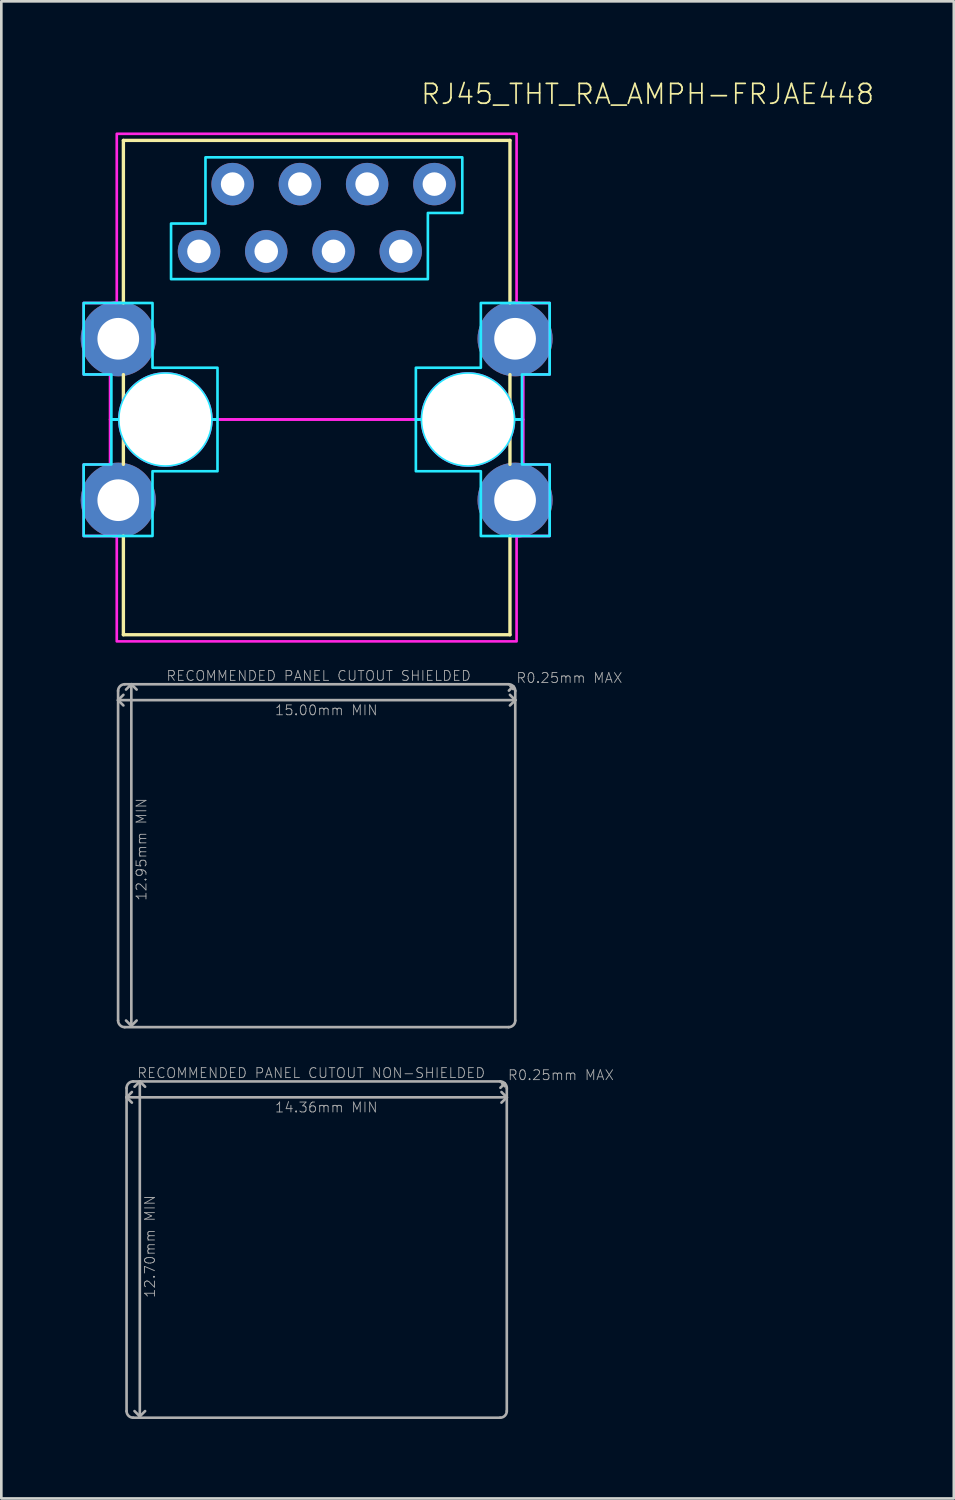
<source format=kicad_pcb>
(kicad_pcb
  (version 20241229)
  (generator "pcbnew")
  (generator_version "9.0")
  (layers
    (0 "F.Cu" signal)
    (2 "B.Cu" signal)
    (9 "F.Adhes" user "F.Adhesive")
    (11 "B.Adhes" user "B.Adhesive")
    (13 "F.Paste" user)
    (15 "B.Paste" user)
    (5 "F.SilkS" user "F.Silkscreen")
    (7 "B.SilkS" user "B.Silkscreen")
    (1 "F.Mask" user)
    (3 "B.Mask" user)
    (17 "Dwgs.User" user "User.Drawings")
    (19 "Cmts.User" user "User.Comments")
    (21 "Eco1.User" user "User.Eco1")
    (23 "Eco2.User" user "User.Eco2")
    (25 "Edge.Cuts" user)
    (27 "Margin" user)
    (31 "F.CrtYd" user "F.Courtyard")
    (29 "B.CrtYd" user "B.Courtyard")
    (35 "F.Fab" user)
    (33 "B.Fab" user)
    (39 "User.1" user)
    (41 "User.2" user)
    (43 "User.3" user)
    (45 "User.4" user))
  (footprint "RJ45_THT_RA_AMPH-FRJAE448"
    (layer "F.Cu")
    (at 8.91 12.793)
    (property "Reference" "RJ45_THT_RA_AMPH-FRJAE448" (at 3.89 -11.85 0) (unlocked yes) (layer "F.SilkS") (effects (font (size 0.748 0.748) (thickness 0.065)) (justify left bottom)))
    (fp_line (start -7.3 -10.54) (end 7.3 -10.54) (stroke (width 0.127) (type solid)) (layer "F.SilkS"))
    (fp_line (start -7.3 -4.402) (end -7.3 -10.54) (stroke (width 0.127) (type solid)) (layer "F.SilkS"))
    (fp_line (start -7.3 1.694) (end -7.3 -1.694) (stroke (width 0.127) (type solid)) (layer "F.SilkS"))
    (fp_line (start -7.3 8.13) (end -7.3 4.402) (stroke (width 0.127) (type solid)) (layer "F.SilkS"))
    (fp_line (start 7.3 -10.54) (end 7.3 -4.402) (stroke (width 0.127) (type solid)) (layer "F.SilkS"))
    (fp_line (start 7.3 -1.694) (end 7.3 1.694) (stroke (width 0.127) (type solid)) (layer "F.SilkS"))
    (fp_line (start 7.3 4.402) (end 7.3 8.13) (stroke (width 0.127) (type solid)) (layer "F.SilkS"))
    (fp_line (start 7.3 8.13) (end -7.3 8.13) (stroke (width 0.127) (type solid)) (layer "F.SilkS"))
    (fp_poly (pts (xy 5.5 -7.8) (xy 4.2 -7.8) (xy 4.2 -5.3) (xy -5.5 -5.3) (xy -5.5 -7.4) (xy -4.2 -7.4) (xy -4.2 -9.9) (xy 5.5 -9.9)) (stroke (width 0.1) (type default)) (fill no) (layer "B.CrtYd"))
    (fp_poly (pts (xy -7.452 0.000078) (xy -7.452 0.027) (xy -7.452 0.027) (xy -7.451 0.054) (xy -7.451 0.055) (xy -7.45 0.082) (xy -7.45 0.082) (xy -7.449 0.109) (xy -7.449 0.109) (xy -7.447 0.136) (xy -7.447 0.136) (xy -7.444 0.163) (xy -7.444 0.164) (xy -7.442 0.191) (xy -7.442 0.191) (xy -7.439 0.218) (xy -7.438 0.218) (xy -7.435 0.245) (xy -7.435 0.245) (xy -7.431 0.272) (xy -7.431 0.272) (xy -7.426 0.299) (xy -7.426 0.299) (xy -7.421 0.325) (xy -7.421 0.326) (xy -7.416 0.352) (xy -7.416 0.352) (xy -7.41 0.379) (xy -7.41 0.379) (xy -7.404 0.405) (xy -7.404 0.406) (xy -7.398 0.432) (xy -7.398 0.432) (xy -7.391 0.458) (xy -7.391 0.458) (xy -7.383 0.485) (xy -7.383 0.485) (xy -7.375 0.511) (xy -7.375 0.511) (xy -7.367 0.537) (xy -7.367 0.537) (xy -7.359 0.563) (xy -7.359 0.563) (xy -7.35 0.588) (xy -7.349 0.589) (xy -7.34 0.614) (xy -7.34 0.614) (xy -7.33 0.639) (xy -7.33 0.64) (xy -7.32 0.665) (xy -7.32 0.665) (xy -7.309 0.69) (xy -7.309 0.69) (xy -7.298 0.715) (xy -7.298 0.715) (xy -7.287 0.74) (xy -7.287 0.74) (xy -7.275 0.764) (xy -7.275 0.764) (xy -7.263 0.789) (xy -7.263 0.789) (xy -7.25 0.813) (xy -7.25 0.813) (xy -7.237 0.837) (xy -7.237 0.837) (xy -7.224 0.861) (xy -7.224 0.861) (xy -7.21 0.884) (xy -7.21 0.884) (xy -7.196 0.908) (xy -7.196 0.908) (xy -7.182 0.931) (xy -7.182 0.931) (xy -7.167 0.954) (xy -7.167 0.954) (xy -7.152 0.976) (xy -7.152 0.977) (xy -7.136 0.999) (xy -7.136 0.999) (xy -7.12 1.021) (xy -7.12 1.021) (xy -7.104 1.043) (xy -7.104 1.043) (xy -7.088 1.065) (xy -7.088 1.065) (xy -7.071 1.086) (xy -7.071 1.086) (xy -7.054 1.107) (xy -7.053 1.107) (xy -7.036 1.128) (xy -7.036 1.128) (xy -7.018 1.149) (xy -7.018 1.149) (xy -7 1.169) (xy -7 1.169) (xy -6.981 1.189) (xy -6.981 1.189) (xy -6.963 1.209) (xy -6.962 1.209) (xy -6.943 1.228) (xy -6.943 1.228) (xy -6.924 1.247) (xy -6.924 1.248) (xy -6.904 1.266) (xy -6.904 1.266) (xy -6.884 1.285) (xy -6.884 1.285) (xy -6.864 1.303) (xy -6.864 1.303) (xy -6.843 1.321) (xy -6.843 1.321) (xy -6.822 1.338) (xy -6.822 1.339) (xy -6.801 1.356) (xy -6.801 1.356) (xy -6.78 1.373) (xy -6.78 1.373) (xy -6.758 1.389) (xy -6.758 1.389) (xy -6.736 1.405) (xy -6.736 1.405) (xy -6.714 1.421) (xy -6.714 1.421) (xy -6.692 1.437) (xy -6.691 1.437) (xy -6.669 1.452) (xy -6.669 1.452) (xy -6.646 1.467) (xy -6.646 1.467) (xy -6.623 1.481) (xy -6.623 1.481) (xy -6.599 1.495) (xy -6.599 1.495) (xy -6.576 1.509) (xy -6.576 1.509) (xy -6.552 1.522) (xy -6.552 1.522) (xy -6.528 1.535) (xy -6.528 1.535) (xy -6.504 1.548) (xy -6.504 1.548) (xy -6.479 1.56) (xy -6.479 1.56) (xy -6.455 1.572) (xy -6.455 1.572) (xy -6.43 1.583) (xy -6.43 1.583) (xy -6.405 1.594) (xy -6.405 1.594) (xy -6.38 1.605) (xy -6.38 1.605) (xy -6.355 1.615) (xy -6.354 1.615) (xy -6.329 1.625) (xy -6.329 1.625) (xy -6.304 1.634) (xy -6.303 1.635) (xy -6.278 1.644) (xy -6.278 1.644) (xy -6.252 1.652) (xy -6.252 1.652) (xy -6.226 1.66) (xy -6.226 1.66) (xy -6.2 1.668) (xy -6.2 1.668) (xy -6.173 1.676) (xy -6.173 1.676) (xy -6.147 1.683) (xy -6.147 1.683) (xy -6.121 1.689) (xy -6.12 1.689) (xy -6.094 1.695) (xy -6.094 1.695) (xy -6.067 1.701) (xy -6.067 1.701) (xy -6.041 1.706) (xy -6.04 1.706) (xy -6.014 1.711) (xy -6.014 1.711) (xy -5.987 1.716) (xy -5.987 1.716) (xy -5.96 1.72) (xy -5.96 1.72) (xy -5.933 1.723) (xy -5.933 1.724) (xy -5.906 1.727) (xy -5.906 1.727) (xy -5.879 1.729) (xy -5.878 1.729) (xy -5.851 1.732) (xy -5.851 1.732) (xy -5.824 1.734) (xy -5.824 1.734) (xy -5.797 1.735) (xy -5.797 1.735) (xy -5.77 1.736) (xy -5.769 1.736) (xy -5.742 1.737) (xy -5.742 1.737) (xy -5.715 1.737) (xy -5.715 1.737) (xy -5.688 1.737) (xy -5.688 1.737) (xy -5.661 1.736) (xy -5.66 1.736) (xy -5.633 1.735) (xy -5.633 1.735) (xy -5.606 1.734) (xy -5.606 1.734) (xy -5.579 1.732) (xy -5.579 1.732) (xy -5.552 1.729) (xy -5.551 1.729) (xy -5.524 1.727) (xy -5.524 1.727) (xy -5.497 1.724) (xy -5.497 1.723) (xy -5.47 1.72) (xy -5.47 1.72) (xy -5.443 1.716) (xy -5.443 1.716) (xy -5.416 1.711) (xy -5.416 1.711) (xy -5.39 1.706) (xy -5.389 1.706) (xy -5.363 1.701) (xy -5.363 1.701) (xy -5.336 1.695) (xy -5.336 1.695) (xy -5.31 1.689) (xy -5.309 1.689) (xy -5.283 1.683) (xy -5.283 1.683) (xy -5.257 1.676) (xy -5.257 1.676) (xy -5.23 1.668) (xy -5.23 1.668) (xy -5.204 1.66) (xy -5.204 1.66) (xy -5.178 1.652) (xy -5.178 1.652) (xy -5.152 1.644) (xy -5.152 1.644) (xy -5.127 1.635) (xy -5.126 1.634) (xy -5.101 1.625) (xy -5.101 1.625) (xy -5.076 1.615) (xy -5.075 1.615) (xy -5.05 1.605) (xy -5.05 1.605) (xy -5.025 1.594) (xy -5.025 1.594) (xy -5 1.583) (xy -5 1.583) (xy -4.975 1.572) (xy -4.975 1.572) (xy -4.951 1.56) (xy -4.951 1.56) (xy -4.926 1.548) (xy -4.926 1.548) (xy -4.902 1.535) (xy -4.902 1.535) (xy -4.878 1.522) (xy -4.878 1.522) (xy -4.854 1.509) (xy -4.854 1.509) (xy -4.831 1.495) (xy -4.831 1.495) (xy -4.807 1.481) (xy -4.807 1.481) (xy -4.784 1.467) (xy -4.784 1.467) (xy -4.761 1.452) (xy -4.761 1.452) (xy -4.739 1.437) (xy -4.738 1.437) (xy -4.716 1.421) (xy -4.716 1.421) (xy -4.694 1.405) (xy -4.694 1.405) (xy -4.672 1.389) (xy -4.672 1.389) (xy -4.65 1.373) (xy -4.65 1.373) (xy -4.629 1.356) (xy -4.629 1.356) (xy -4.608 1.339) (xy -4.608 1.338) (xy -4.587 1.321) (xy -4.587 1.321) (xy -4.566 1.303) (xy -4.566 1.303) (xy -4.546 1.285) (xy -4.546 1.285) (xy -4.526 1.266) (xy -4.526 1.266) (xy -4.506 1.248) (xy -4.506 1.247) (xy -4.487 1.228) (xy -4.487 1.228) (xy -4.468 1.209) (xy -4.467 1.209) (xy -4.449 1.189) (xy -4.449 1.189) (xy -4.43 1.169) (xy -4.43 1.169) (xy -4.412 1.149) (xy -4.412 1.149) (xy -4.394 1.128) (xy -4.394 1.128) (xy -4.377 1.107) (xy -4.376 1.107) (xy -4.359 1.086) (xy -4.359 1.086) (xy -4.342 1.065) (xy -4.342 1.065) (xy -4.326 1.043) (xy -4.326 1.043) (xy -4.31 1.021) (xy -4.31 1.021) (xy -4.294 0.999) (xy -4.294 0.999) (xy -4.278 0.977) (xy -4.278 0.976) (xy -4.263 0.954) (xy -4.263 0.954) (xy -4.248 0.931) (xy -4.248 0.931) (xy -4.234 0.908) (xy -4.234 0.908) (xy -4.22 0.884) (xy -4.22 0.884) (xy -4.206 0.861) (xy -4.206 0.861) (xy -4.193 0.837) (xy -4.193 0.837) (xy -4.18 0.813) (xy -4.18 0.813) (xy -4.167 0.789) (xy -4.167 0.789) (xy -4.155 0.764) (xy -4.155 0.764) (xy -4.143 0.74) (xy -4.143 0.74) (xy -4.132 0.715) (xy -4.132 0.715) (xy -4.121 0.69) (xy -4.121 0.69) (xy -4.11 0.665) (xy -4.11 0.665) (xy -4.1 0.64) (xy -4.1 0.639) (xy -4.09 0.614) (xy -4.09 0.614) (xy -4.081 0.589) (xy -4.08 0.588) (xy -4.071 0.563) (xy -4.071 0.563) (xy -4.063 0.537) (xy -4.063 0.537) (xy -4.055 0.511) (xy -4.055 0.511) (xy -4.047 0.485) (xy -4.047 0.485) (xy -4.039 0.458) (xy -4.039 0.458) (xy -4.032 0.432) (xy -4.032 0.432) (xy -4.026 0.406) (xy -4.026 0.405) (xy -4.02 0.379) (xy -4.02 0.379) (xy -4.014 0.352) (xy -4.014 0.352) (xy -4.009 0.326) (xy -4.009 0.325) (xy -4.004 0.299) (xy -4.004 0.299) (xy -3.999 0.272) (xy -3.999 0.272) (xy -3.995 0.245) (xy -3.995 0.245) (xy -3.992 0.218) (xy -3.991 0.218) (xy -3.988 0.191) (xy -3.988 0.191) (xy -3.986 0.164) (xy -3.986 0.163) (xy -3.983 0.136) (xy -3.983 0.136) (xy -3.981 0.109) (xy -3.981 0.109) (xy -3.98 0.082) (xy -3.98 0.082) (xy -3.979 0.055) (xy -3.979 0.054) (xy -3.978 0.027) (xy -3.978 0.027) (xy -3.978 0.000078) (xy -3.978 0) (xy -3.746 0) (xy -3.746 1.954) (xy -6.2 1.954) (xy -6.2 4.4) (xy -8.8 4.4) (xy -8.8 1.7) (xy -7.754 1.7) (xy -7.754 0) (xy -7.452 0)) (stroke (width 0.1) (type default)) (fill no) (layer "B.CrtYd"))
    (fp_poly (pts (xy -6.2 -1.954) (xy -3.746 -1.954) (xy -3.746 0) (xy -3.978 0) (xy -3.978 -0.000078) (xy -3.978 -0.027) (xy -3.978 -0.027) (xy -3.979 -0.054) (xy -3.979 -0.055) (xy -3.98 -0.082) (xy -3.98 -0.082) (xy -3.981 -0.109) (xy -3.981 -0.109) (xy -3.983 -0.136) (xy -3.983 -0.136) (xy -3.986 -0.163) (xy -3.986 -0.164) (xy -3.988 -0.191) (xy -3.988 -0.191) (xy -3.991 -0.218) (xy -3.992 -0.218) (xy -3.995 -0.245) (xy -3.995 -0.245) (xy -3.999 -0.272) (xy -3.999 -0.272) (xy -4.004 -0.299) (xy -4.004 -0.299) (xy -4.009 -0.325) (xy -4.009 -0.326) (xy -4.014 -0.352) (xy -4.014 -0.352) (xy -4.02 -0.379) (xy -4.02 -0.379) (xy -4.026 -0.405) (xy -4.026 -0.406) (xy -4.032 -0.432) (xy -4.032 -0.432) (xy -4.039 -0.458) (xy -4.039 -0.458) (xy -4.047 -0.485) (xy -4.047 -0.485) (xy -4.055 -0.511) (xy -4.055 -0.511) (xy -4.063 -0.537) (xy -4.063 -0.537) (xy -4.071 -0.563) (xy -4.071 -0.563) (xy -4.08 -0.588) (xy -4.081 -0.589) (xy -4.09 -0.614) (xy -4.09 -0.614) (xy -4.1 -0.639) (xy -4.1 -0.64) (xy -4.11 -0.665) (xy -4.11 -0.665) (xy -4.121 -0.69) (xy -4.121 -0.69) (xy -4.132 -0.715) (xy -4.132 -0.715) (xy -4.143 -0.74) (xy -4.143 -0.74) (xy -4.155 -0.764) (xy -4.155 -0.764) (xy -4.167 -0.789) (xy -4.167 -0.789) (xy -4.18 -0.813) (xy -4.18 -0.813) (xy -4.193 -0.837) (xy -4.193 -0.837) (xy -4.206 -0.861) (xy -4.206 -0.861) (xy -4.22 -0.884) (xy -4.22 -0.884) (xy -4.234 -0.908) (xy -4.234 -0.908) (xy -4.248 -0.931) (xy -4.248 -0.931) (xy -4.263 -0.954) (xy -4.263 -0.954) (xy -4.278 -0.976) (xy -4.278 -0.977) (xy -4.294 -0.999) (xy -4.294 -0.999) (xy -4.31 -1.021) (xy -4.31 -1.021) (xy -4.326 -1.043) (xy -4.326 -1.043) (xy -4.342 -1.065) (xy -4.342 -1.065) (xy -4.359 -1.086) (xy -4.359 -1.086) (xy -4.376 -1.107) (xy -4.377 -1.107) (xy -4.394 -1.128) (xy -4.394 -1.128) (xy -4.412 -1.149) (xy -4.412 -1.149) (xy -4.43 -1.169) (xy -4.43 -1.169) (xy -4.449 -1.189) (xy -4.449 -1.189) (xy -4.467 -1.209) (xy -4.468 -1.209) (xy -4.487 -1.228) (xy -4.487 -1.228) (xy -4.506 -1.247) (xy -4.506 -1.248) (xy -4.526 -1.266) (xy -4.526 -1.266) (xy -4.546 -1.285) (xy -4.546 -1.285) (xy -4.566 -1.303) (xy -4.566 -1.303) (xy -4.587 -1.321) (xy -4.587 -1.321) (xy -4.608 -1.338) (xy -4.608 -1.339) (xy -4.629 -1.356) (xy -4.629 -1.356) (xy -4.65 -1.373) (xy -4.65 -1.373) (xy -4.672 -1.389) (xy -4.672 -1.389) (xy -4.694 -1.405) (xy -4.694 -1.405) (xy -4.716 -1.421) (xy -4.716 -1.421) (xy -4.738 -1.437) (xy -4.739 -1.437) (xy -4.761 -1.452) (xy -4.761 -1.452) (xy -4.784 -1.467) (xy -4.784 -1.467) (xy -4.807 -1.481) (xy -4.807 -1.481) (xy -4.831 -1.495) (xy -4.831 -1.495) (xy -4.854 -1.509) (xy -4.854 -1.509) (xy -4.878 -1.522) (xy -4.878 -1.522) (xy -4.902 -1.535) (xy -4.902 -1.535) (xy -4.926 -1.548) (xy -4.926 -1.548) (xy -4.951 -1.56) (xy -4.951 -1.56) (xy -4.975 -1.572) (xy -4.975 -1.572) (xy -5 -1.583) (xy -5 -1.583) (xy -5.025 -1.594) (xy -5.025 -1.594) (xy -5.05 -1.605) (xy -5.05 -1.605) (xy -5.075 -1.615) (xy -5.076 -1.615) (xy -5.101 -1.625) (xy -5.101 -1.625) (xy -5.126 -1.634) (xy -5.127 -1.635) (xy -5.152 -1.644) (xy -5.152 -1.644) (xy -5.178 -1.652) (xy -5.178 -1.652) (xy -5.204 -1.66) (xy -5.204 -1.66) (xy -5.23 -1.668) (xy -5.23 -1.668) (xy -5.257 -1.676) (xy -5.257 -1.676) (xy -5.283 -1.683) (xy -5.283 -1.683) (xy -5.309 -1.689) (xy -5.31 -1.689) (xy -5.336 -1.695) (xy -5.336 -1.695) (xy -5.363 -1.701) (xy -5.363 -1.701) (xy -5.389 -1.706) (xy -5.39 -1.706) (xy -5.416 -1.711) (xy -5.416 -1.711) (xy -5.443 -1.716) (xy -5.443 -1.716) (xy -5.47 -1.72) (xy -5.47 -1.72) (xy -5.497 -1.723) (xy -5.497 -1.724) (xy -5.524 -1.727) (xy -5.524 -1.727) (xy -5.551 -1.729) (xy -5.552 -1.729) (xy -5.579 -1.732) (xy -5.579 -1.732) (xy -5.606 -1.734) (xy -5.606 -1.734) (xy -5.633 -1.735) (xy -5.633 -1.735) (xy -5.66 -1.736) (xy -5.661 -1.736) (xy -5.688 -1.737) (xy -5.688 -1.737) (xy -5.715 -1.737) (xy -5.715 -1.737) (xy -5.742 -1.737) (xy -5.742 -1.737) (xy -5.769 -1.736) (xy -5.77 -1.736) (xy -5.797 -1.735) (xy -5.797 -1.735) (xy -5.824 -1.734) (xy -5.824 -1.734) (xy -5.851 -1.732) (xy -5.851 -1.732) (xy -5.878 -1.729) (xy -5.879 -1.729) (xy -5.906 -1.727) (xy -5.906 -1.727) (xy -5.933 -1.724) (xy -5.933 -1.723) (xy -5.96 -1.72) (xy -5.96 -1.72) (xy -5.987 -1.716) (xy -5.987 -1.716) (xy -6.014 -1.711) (xy -6.014 -1.711) (xy -6.04 -1.706) (xy -6.041 -1.706) (xy -6.067 -1.701) (xy -6.067 -1.701) (xy -6.094 -1.695) (xy -6.094 -1.695) (xy -6.12 -1.689) (xy -6.121 -1.689) (xy -6.147 -1.683) (xy -6.147 -1.683) (xy -6.173 -1.676) (xy -6.173 -1.676) (xy -6.2 -1.668) (xy -6.2 -1.668) (xy -6.226 -1.66) (xy -6.226 -1.66) (xy -6.252 -1.652) (xy -6.252 -1.652) (xy -6.278 -1.644) (xy -6.278 -1.644) (xy -6.303 -1.635) (xy -6.304 -1.634) (xy -6.329 -1.625) (xy -6.329 -1.625) (xy -6.354 -1.615) (xy -6.355 -1.615) (xy -6.38 -1.605) (xy -6.38 -1.605) (xy -6.405 -1.594) (xy -6.405 -1.594) (xy -6.43 -1.583) (xy -6.43 -1.583) (xy -6.455 -1.572) (xy -6.455 -1.572) (xy -6.479 -1.56) (xy -6.479 -1.56) (xy -6.504 -1.548) (xy -6.504 -1.548) (xy -6.528 -1.535) (xy -6.528 -1.535) (xy -6.552 -1.522) (xy -6.552 -1.522) (xy -6.576 -1.509) (xy -6.576 -1.509) (xy -6.599 -1.495) (xy -6.599 -1.495) (xy -6.623 -1.481) (xy -6.623 -1.481) (xy -6.646 -1.467) (xy -6.646 -1.467) (xy -6.669 -1.452) (xy -6.669 -1.452) (xy -6.691 -1.437) (xy -6.692 -1.437) (xy -6.714 -1.421) (xy -6.714 -1.421) (xy -6.736 -1.405) (xy -6.736 -1.405) (xy -6.758 -1.389) (xy -6.758 -1.389) (xy -6.78 -1.373) (xy -6.78 -1.373) (xy -6.801 -1.356) (xy -6.801 -1.356) (xy -6.822 -1.339) (xy -6.822 -1.338) (xy -6.843 -1.321) (xy -6.843 -1.321) (xy -6.864 -1.303) (xy -6.864 -1.303) (xy -6.884 -1.285) (xy -6.884 -1.285) (xy -6.904 -1.266) (xy -6.904 -1.266) (xy -6.924 -1.248) (xy -6.924 -1.247) (xy -6.943 -1.228) (xy -6.943 -1.228) (xy -6.962 -1.209) (xy -6.963 -1.209) (xy -6.981 -1.189) (xy -6.981 -1.189) (xy -7 -1.169) (xy -7 -1.169) (xy -7.018 -1.149) (xy -7.018 -1.149) (xy -7.036 -1.128) (xy -7.036 -1.128) (xy -7.053 -1.107) (xy -7.054 -1.107) (xy -7.071 -1.086) (xy -7.071 -1.086) (xy -7.088 -1.065) (xy -7.088 -1.065) (xy -7.104 -1.043) (xy -7.104 -1.043) (xy -7.12 -1.021) (xy -7.12 -1.021) (xy -7.136 -0.999) (xy -7.136 -0.999) (xy -7.152 -0.977) (xy -7.152 -0.976) (xy -7.167 -0.954) (xy -7.167 -0.954) (xy -7.182 -0.931) (xy -7.182 -0.931) (xy -7.196 -0.908) (xy -7.196 -0.908) (xy -7.21 -0.884) (xy -7.21 -0.884) (xy -7.224 -0.861) (xy -7.224 -0.861) (xy -7.237 -0.837) (xy -7.237 -0.837) (xy -7.25 -0.813) (xy -7.25 -0.813) (xy -7.263 -0.789) (xy -7.263 -0.789) (xy -7.275 -0.764) (xy -7.275 -0.764) (xy -7.287 -0.74) (xy -7.287 -0.74) (xy -7.298 -0.715) (xy -7.298 -0.715) (xy -7.309 -0.69) (xy -7.309 -0.69) (xy -7.32 -0.665) (xy -7.32 -0.665) (xy -7.33 -0.64) (xy -7.33 -0.639) (xy -7.34 -0.614) (xy -7.34 -0.614) (xy -7.349 -0.589) (xy -7.35 -0.588) (xy -7.359 -0.563) (xy -7.359 -0.563) (xy -7.367 -0.537) (xy -7.367 -0.537) (xy -7.375 -0.511) (xy -7.375 -0.511) (xy -7.383 -0.485) (xy -7.383 -0.485) (xy -7.391 -0.458) (xy -7.391 -0.458) (xy -7.398 -0.432) (xy -7.398 -0.432) (xy -7.404 -0.406) (xy -7.404 -0.405) (xy -7.41 -0.379) (xy -7.41 -0.379) (xy -7.416 -0.352) (xy -7.416 -0.352) (xy -7.421 -0.326) (xy -7.421 -0.325) (xy -7.426 -0.299) (xy -7.426 -0.299) (xy -7.431 -0.272) (xy -7.431 -0.272) (xy -7.435 -0.245) (xy -7.435 -0.245) (xy -7.438 -0.218) (xy -7.439 -0.218) (xy -7.442 -0.191) (xy -7.442 -0.191) (xy -7.444 -0.164) (xy -7.444 -0.163) (xy -7.447 -0.136) (xy -7.447 -0.136) (xy -7.449 -0.109) (xy -7.449 -0.109) (xy -7.45 -0.082) (xy -7.45 -0.082) (xy -7.451 -0.055) (xy -7.451 -0.054) (xy -7.452 -0.027) (xy -7.452 -0.027) (xy -7.452 -0.000078) (xy -7.452 0) (xy -7.754 0) (xy -7.754 -1.7) (xy -8.8 -1.7) (xy -8.8 -4.4) (xy -6.2 -4.4)) (stroke (width 0.1) (type default)) (fill no) (layer "B.CrtYd"))
    (fp_poly (pts (xy 3.978 0.000078) (xy 3.978 0.027) (xy 3.978 0.027) (xy 3.979 0.054) (xy 3.979 0.055) (xy 3.98 0.082) (xy 3.98 0.082) (xy 3.981 0.109) (xy 3.981 0.109) (xy 3.983 0.136) (xy 3.983 0.136) (xy 3.986 0.163) (xy 3.986 0.164) (xy 3.988 0.191) (xy 3.988 0.191) (xy 3.991 0.218) (xy 3.992 0.218) (xy 3.995 0.245) (xy 3.995 0.245) (xy 3.999 0.272) (xy 3.999 0.272) (xy 4.004 0.299) (xy 4.004 0.299) (xy 4.009 0.325) (xy 4.009 0.326) (xy 4.014 0.352) (xy 4.014 0.352) (xy 4.02 0.379) (xy 4.02 0.379) (xy 4.026 0.405) (xy 4.026 0.406) (xy 4.032 0.432) (xy 4.032 0.432) (xy 4.039 0.458) (xy 4.039 0.458) (xy 4.047 0.485) (xy 4.047 0.485) (xy 4.055 0.511) (xy 4.055 0.511) (xy 4.063 0.537) (xy 4.063 0.537) (xy 4.071 0.563) (xy 4.071 0.563) (xy 4.08 0.588) (xy 4.081 0.589) (xy 4.09 0.614) (xy 4.09 0.614) (xy 4.1 0.639) (xy 4.1 0.64) (xy 4.11 0.665) (xy 4.11 0.665) (xy 4.121 0.69) (xy 4.121 0.69) (xy 4.132 0.715) (xy 4.132 0.715) (xy 4.143 0.74) (xy 4.143 0.74) (xy 4.155 0.764) (xy 4.155 0.764) (xy 4.167 0.789) (xy 4.167 0.789) (xy 4.18 0.813) (xy 4.18 0.813) (xy 4.193 0.837) (xy 4.193 0.837) (xy 4.206 0.861) (xy 4.206 0.861) (xy 4.22 0.884) (xy 4.22 0.884) (xy 4.234 0.908) (xy 4.234 0.908) (xy 4.248 0.931) (xy 4.248 0.931) (xy 4.263 0.954) (xy 4.263 0.954) (xy 4.278 0.976) (xy 4.278 0.977) (xy 4.294 0.999) (xy 4.294 0.999) (xy 4.31 1.021) (xy 4.31 1.021) (xy 4.326 1.043) (xy 4.326 1.043) (xy 4.342 1.065) (xy 4.342 1.065) (xy 4.359 1.086) (xy 4.359 1.086) (xy 4.376 1.107) (xy 4.377 1.107) (xy 4.394 1.128) (xy 4.394 1.128) (xy 4.412 1.149) (xy 4.412 1.149) (xy 4.43 1.169) (xy 4.43 1.169) (xy 4.449 1.189) (xy 4.449 1.189) (xy 4.467 1.209) (xy 4.468 1.209) (xy 4.487 1.228) (xy 4.487 1.228) (xy 4.506 1.247) (xy 4.506 1.248) (xy 4.526 1.266) (xy 4.526 1.266) (xy 4.546 1.285) (xy 4.546 1.285) (xy 4.566 1.303) (xy 4.566 1.303) (xy 4.587 1.321) (xy 4.587 1.321) (xy 4.608 1.338) (xy 4.608 1.339) (xy 4.629 1.356) (xy 4.629 1.356) (xy 4.65 1.373) (xy 4.65 1.373) (xy 4.672 1.389) (xy 4.672 1.389) (xy 4.694 1.405) (xy 4.694 1.405) (xy 4.716 1.421) (xy 4.716 1.421) (xy 4.738 1.437) (xy 4.739 1.437) (xy 4.761 1.452) (xy 4.761 1.452) (xy 4.784 1.467) (xy 4.784 1.467) (xy 4.807 1.481) (xy 4.807 1.481) (xy 4.831 1.495) (xy 4.831 1.495) (xy 4.854 1.509) (xy 4.854 1.509) (xy 4.878 1.522) (xy 4.878 1.522) (xy 4.902 1.535) (xy 4.902 1.535) (xy 4.926 1.548) (xy 4.926 1.548) (xy 4.951 1.56) (xy 4.951 1.56) (xy 4.975 1.572) (xy 4.975 1.572) (xy 5 1.583) (xy 5 1.583) (xy 5.025 1.594) (xy 5.025 1.594) (xy 5.05 1.605) (xy 5.05 1.605) (xy 5.075 1.615) (xy 5.076 1.615) (xy 5.101 1.625) (xy 5.101 1.625) (xy 5.126 1.634) (xy 5.127 1.635) (xy 5.152 1.644) (xy 5.152 1.644) (xy 5.178 1.652) (xy 5.178 1.652) (xy 5.204 1.66) (xy 5.204 1.66) (xy 5.23 1.668) (xy 5.23 1.668) (xy 5.257 1.676) (xy 5.257 1.676) (xy 5.283 1.683) (xy 5.283 1.683) (xy 5.309 1.689) (xy 5.31 1.689) (xy 5.336 1.695) (xy 5.336 1.695) (xy 5.363 1.701) (xy 5.363 1.701) (xy 5.389 1.706) (xy 5.39 1.706) (xy 5.416 1.711) (xy 5.416 1.711) (xy 5.443 1.716) (xy 5.443 1.716) (xy 5.47 1.72) (xy 5.47 1.72) (xy 5.497 1.723) (xy 5.497 1.724) (xy 5.524 1.727) (xy 5.524 1.727) (xy 5.551 1.729) (xy 5.552 1.729) (xy 5.579 1.732) (xy 5.579 1.732) (xy 5.606 1.734) (xy 5.606 1.734) (xy 5.633 1.735) (xy 5.633 1.735) (xy 5.66 1.736) (xy 5.661 1.736) (xy 5.688 1.737) (xy 5.688 1.737) (xy 5.715 1.737) (xy 5.715 1.737) (xy 5.742 1.737) (xy 5.742 1.737) (xy 5.769 1.736) (xy 5.77 1.736) (xy 5.797 1.735) (xy 5.797 1.735) (xy 5.824 1.734) (xy 5.824 1.734) (xy 5.851 1.732) (xy 5.851 1.732) (xy 5.878 1.729) (xy 5.879 1.729) (xy 5.906 1.727) (xy 5.906 1.727) (xy 5.933 1.724) (xy 5.933 1.723) (xy 5.96 1.72) (xy 5.96 1.72) (xy 5.987 1.716) (xy 5.987 1.716) (xy 6.014 1.711) (xy 6.014 1.711) (xy 6.04 1.706) (xy 6.041 1.706) (xy 6.067 1.701) (xy 6.067 1.701) (xy 6.094 1.695) (xy 6.094 1.695) (xy 6.12 1.689) (xy 6.121 1.689) (xy 6.147 1.683) (xy 6.147 1.683) (xy 6.173 1.676) (xy 6.173 1.676) (xy 6.2 1.668) (xy 6.2 1.668) (xy 6.226 1.66) (xy 6.226 1.66) (xy 6.252 1.652) (xy 6.252 1.652) (xy 6.278 1.644) (xy 6.278 1.644) (xy 6.303 1.635) (xy 6.304 1.634) (xy 6.329 1.625) (xy 6.329 1.625) (xy 6.354 1.615) (xy 6.355 1.615) (xy 6.38 1.605) (xy 6.38 1.605) (xy 6.405 1.594) (xy 6.405 1.594) (xy 6.43 1.583) (xy 6.43 1.583) (xy 6.455 1.572) (xy 6.455 1.572) (xy 6.479 1.56) (xy 6.479 1.56) (xy 6.504 1.548) (xy 6.504 1.548) (xy 6.528 1.535) (xy 6.528 1.535) (xy 6.552 1.522) (xy 6.552 1.522) (xy 6.576 1.509) (xy 6.576 1.509) (xy 6.599 1.495) (xy 6.599 1.495) (xy 6.623 1.481) (xy 6.623 1.481) (xy 6.646 1.467) (xy 6.646 1.467) (xy 6.669 1.452) (xy 6.669 1.452) (xy 6.691 1.437) (xy 6.692 1.437) (xy 6.714 1.421) (xy 6.714 1.421) (xy 6.736 1.405) (xy 6.736 1.405) (xy 6.758 1.389) (xy 6.758 1.389) (xy 6.78 1.373) (xy 6.78 1.373) (xy 6.801 1.356) (xy 6.801 1.356) (xy 6.822 1.339) (xy 6.822 1.338) (xy 6.843 1.321) (xy 6.843 1.321) (xy 6.864 1.303) (xy 6.864 1.303) (xy 6.884 1.285) (xy 6.884 1.285) (xy 6.904 1.266) (xy 6.904 1.266) (xy 6.924 1.248) (xy 6.924 1.247) (xy 6.943 1.228) (xy 6.943 1.228) (xy 6.962 1.209) (xy 6.963 1.209) (xy 6.981 1.189) (xy 6.981 1.189) (xy 7 1.169) (xy 7 1.169) (xy 7.018 1.149) (xy 7.018 1.149) (xy 7.036 1.128) (xy 7.036 1.128) (xy 7.053 1.107) (xy 7.054 1.107) (xy 7.071 1.086) (xy 7.071 1.086) (xy 7.088 1.065) (xy 7.088 1.065) (xy 7.104 1.043) (xy 7.104 1.043) (xy 7.12 1.021) (xy 7.12 1.021) (xy 7.136 0.999) (xy 7.136 0.999) (xy 7.152 0.977) (xy 7.152 0.976) (xy 7.167 0.954) (xy 7.167 0.954) (xy 7.182 0.931) (xy 7.182 0.931) (xy 7.196 0.908) (xy 7.196 0.908) (xy 7.21 0.884) (xy 7.21 0.884) (xy 7.224 0.861) (xy 7.224 0.861) (xy 7.237 0.837) (xy 7.237 0.837) (xy 7.25 0.813) (xy 7.25 0.813) (xy 7.263 0.789) (xy 7.263 0.789) (xy 7.275 0.764) (xy 7.275 0.764) (xy 7.287 0.74) (xy 7.287 0.74) (xy 7.298 0.715) (xy 7.298 0.715) (xy 7.309 0.69) (xy 7.309 0.69) (xy 7.32 0.665) (xy 7.32 0.665) (xy 7.33 0.64) (xy 7.33 0.639) (xy 7.34 0.614) (xy 7.34 0.614) (xy 7.349 0.589) (xy 7.35 0.588) (xy 7.359 0.563) (xy 7.359 0.563) (xy 7.367 0.537) (xy 7.367 0.537) (xy 7.375 0.511) (xy 7.375 0.511) (xy 7.383 0.485) (xy 7.383 0.485) (xy 7.391 0.458) (xy 7.391 0.458) (xy 7.398 0.432) (xy 7.398 0.432) (xy 7.404 0.406) (xy 7.404 0.405) (xy 7.41 0.379) (xy 7.41 0.379) (xy 7.416 0.352) (xy 7.416 0.352) (xy 7.421 0.326) (xy 7.421 0.325) (xy 7.426 0.299) (xy 7.426 0.299) (xy 7.431 0.272) (xy 7.431 0.272) (xy 7.435 0.245) (xy 7.435 0.245) (xy 7.438 0.218) (xy 7.439 0.218) (xy 7.442 0.191) (xy 7.442 0.191) (xy 7.444 0.164) (xy 7.444 0.163) (xy 7.447 0.136) (xy 7.447 0.136) (xy 7.449 0.109) (xy 7.449 0.109) (xy 7.45 0.082) (xy 7.45 0.082) (xy 7.451 0.055) (xy 7.451 0.054) (xy 7.452 0.027) (xy 7.452 0.027) (xy 7.452 0.000078) (xy 7.452 0) (xy 7.754 0) (xy 7.754 1.7) (xy 8.8 1.7) (xy 8.8 4.4) (xy 6.2 4.4) (xy 6.2 1.954) (xy 3.746 1.954) (xy 3.746 0) (xy 3.978 0)) (stroke (width 0.1) (type default)) (fill no) (layer "B.CrtYd"))
    (fp_poly (pts (xy 8.8 -1.7) (xy 7.754 -1.7) (xy 7.754 0) (xy 7.452 0) (xy 7.452 -0.000078) (xy 7.452 -0.027) (xy 7.452 -0.027) (xy 7.451 -0.054) (xy 7.451 -0.055) (xy 7.45 -0.082) (xy 7.45 -0.082) (xy 7.449 -0.109) (xy 7.449 -0.109) (xy 7.447 -0.136) (xy 7.447 -0.136) (xy 7.444 -0.163) (xy 7.444 -0.164) (xy 7.442 -0.191) (xy 7.442 -0.191) (xy 7.439 -0.218) (xy 7.438 -0.218) (xy 7.435 -0.245) (xy 7.435 -0.245) (xy 7.431 -0.272) (xy 7.431 -0.272) (xy 7.426 -0.299) (xy 7.426 -0.299) (xy 7.421 -0.325) (xy 7.421 -0.326) (xy 7.416 -0.352) (xy 7.416 -0.352) (xy 7.41 -0.379) (xy 7.41 -0.379) (xy 7.404 -0.405) (xy 7.404 -0.406) (xy 7.398 -0.432) (xy 7.398 -0.432) (xy 7.391 -0.458) (xy 7.391 -0.458) (xy 7.383 -0.485) (xy 7.383 -0.485) (xy 7.375 -0.511) (xy 7.375 -0.511) (xy 7.367 -0.537) (xy 7.367 -0.537) (xy 7.359 -0.563) (xy 7.359 -0.563) (xy 7.35 -0.588) (xy 7.349 -0.589) (xy 7.34 -0.614) (xy 7.34 -0.614) (xy 7.33 -0.639) (xy 7.33 -0.64) (xy 7.32 -0.665) (xy 7.32 -0.665) (xy 7.309 -0.69) (xy 7.309 -0.69) (xy 7.298 -0.715) (xy 7.298 -0.715) (xy 7.287 -0.74) (xy 7.287 -0.74) (xy 7.275 -0.764) (xy 7.275 -0.764) (xy 7.263 -0.789) (xy 7.263 -0.789) (xy 7.25 -0.813) (xy 7.25 -0.813) (xy 7.237 -0.837) (xy 7.237 -0.837) (xy 7.224 -0.861) (xy 7.224 -0.861) (xy 7.21 -0.884) (xy 7.21 -0.884) (xy 7.196 -0.908) (xy 7.196 -0.908) (xy 7.182 -0.931) (xy 7.182 -0.931) (xy 7.167 -0.954) (xy 7.167 -0.954) (xy 7.152 -0.976) (xy 7.152 -0.977) (xy 7.136 -0.999) (xy 7.136 -0.999) (xy 7.12 -1.021) (xy 7.12 -1.021) (xy 7.104 -1.043) (xy 7.104 -1.043) (xy 7.088 -1.065) (xy 7.088 -1.065) (xy 7.071 -1.086) (xy 7.071 -1.086) (xy 7.054 -1.107) (xy 7.053 -1.107) (xy 7.036 -1.128) (xy 7.036 -1.128) (xy 7.018 -1.149) (xy 7.018 -1.149) (xy 7 -1.169) (xy 7 -1.169) (xy 6.981 -1.189) (xy 6.981 -1.189) (xy 6.963 -1.209) (xy 6.962 -1.209) (xy 6.943 -1.228) (xy 6.943 -1.228) (xy 6.924 -1.247) (xy 6.924 -1.248) (xy 6.904 -1.266) (xy 6.904 -1.266) (xy 6.884 -1.285) (xy 6.884 -1.285) (xy 6.864 -1.303) (xy 6.864 -1.303) (xy 6.843 -1.321) (xy 6.843 -1.321) (xy 6.822 -1.338) (xy 6.822 -1.339) (xy 6.801 -1.356) (xy 6.801 -1.356) (xy 6.78 -1.373) (xy 6.78 -1.373) (xy 6.758 -1.389) (xy 6.758 -1.389) (xy 6.736 -1.405) (xy 6.736 -1.405) (xy 6.714 -1.421) (xy 6.714 -1.421) (xy 6.692 -1.437) (xy 6.691 -1.437) (xy 6.669 -1.452) (xy 6.669 -1.452) (xy 6.646 -1.467) (xy 6.646 -1.467) (xy 6.623 -1.481) (xy 6.623 -1.481) (xy 6.599 -1.495) (xy 6.599 -1.495) (xy 6.576 -1.509) (xy 6.576 -1.509) (xy 6.552 -1.522) (xy 6.552 -1.522) (xy 6.528 -1.535) (xy 6.528 -1.535) (xy 6.504 -1.548) (xy 6.504 -1.548) (xy 6.479 -1.56) (xy 6.479 -1.56) (xy 6.455 -1.572) (xy 6.455 -1.572) (xy 6.43 -1.583) (xy 6.43 -1.583) (xy 6.405 -1.594) (xy 6.405 -1.594) (xy 6.38 -1.605) (xy 6.38 -1.605) (xy 6.355 -1.615) (xy 6.354 -1.615) (xy 6.329 -1.625) (xy 6.329 -1.625) (xy 6.304 -1.634) (xy 6.303 -1.635) (xy 6.278 -1.644) (xy 6.278 -1.644) (xy 6.252 -1.652) (xy 6.252 -1.652) (xy 6.226 -1.66) (xy 6.226 -1.66) (xy 6.2 -1.668) (xy 6.2 -1.668) (xy 6.173 -1.676) (xy 6.173 -1.676) (xy 6.147 -1.683) (xy 6.147 -1.683) (xy 6.121 -1.689) (xy 6.12 -1.689) (xy 6.094 -1.695) (xy 6.094 -1.695) (xy 6.067 -1.701) (xy 6.067 -1.701) (xy 6.041 -1.706) (xy 6.04 -1.706) (xy 6.014 -1.711) (xy 6.014 -1.711) (xy 5.987 -1.716) (xy 5.987 -1.716) (xy 5.96 -1.72) (xy 5.96 -1.72) (xy 5.933 -1.723) (xy 5.933 -1.724) (xy 5.906 -1.727) (xy 5.906 -1.727) (xy 5.879 -1.729) (xy 5.878 -1.729) (xy 5.851 -1.732) (xy 5.851 -1.732) (xy 5.824 -1.734) (xy 5.824 -1.734) (xy 5.797 -1.735) (xy 5.797 -1.735) (xy 5.77 -1.736) (xy 5.769 -1.736) (xy 5.742 -1.737) (xy 5.742 -1.737) (xy 5.715 -1.737) (xy 5.715 -1.737) (xy 5.688 -1.737) (xy 5.688 -1.737) (xy 5.661 -1.736) (xy 5.66 -1.736) (xy 5.633 -1.735) (xy 5.633 -1.735) (xy 5.606 -1.734) (xy 5.606 -1.734) (xy 5.579 -1.732) (xy 5.579 -1.732) (xy 5.552 -1.729) (xy 5.551 -1.729) (xy 5.524 -1.727) (xy 5.524 -1.727) (xy 5.497 -1.724) (xy 5.497 -1.723) (xy 5.47 -1.72) (xy 5.47 -1.72) (xy 5.443 -1.716) (xy 5.443 -1.716) (xy 5.416 -1.711) (xy 5.416 -1.711) (xy 5.39 -1.706) (xy 5.389 -1.706) (xy 5.363 -1.701) (xy 5.363 -1.701) (xy 5.336 -1.695) (xy 5.336 -1.695) (xy 5.31 -1.689) (xy 5.309 -1.689) (xy 5.283 -1.683) (xy 5.283 -1.683) (xy 5.257 -1.676) (xy 5.257 -1.676) (xy 5.23 -1.668) (xy 5.23 -1.668) (xy 5.204 -1.66) (xy 5.204 -1.66) (xy 5.178 -1.652) (xy 5.178 -1.652) (xy 5.152 -1.644) (xy 5.152 -1.644) (xy 5.127 -1.635) (xy 5.126 -1.634) (xy 5.101 -1.625) (xy 5.101 -1.625) (xy 5.076 -1.615) (xy 5.075 -1.615) (xy 5.05 -1.605) (xy 5.05 -1.605) (xy 5.025 -1.594) (xy 5.025 -1.594) (xy 5 -1.583) (xy 5 -1.583) (xy 4.975 -1.572) (xy 4.975 -1.572) (xy 4.951 -1.56) (xy 4.951 -1.56) (xy 4.926 -1.548) (xy 4.926 -1.548) (xy 4.902 -1.535) (xy 4.902 -1.535) (xy 4.878 -1.522) (xy 4.878 -1.522) (xy 4.854 -1.509) (xy 4.854 -1.509) (xy 4.831 -1.495) (xy 4.831 -1.495) (xy 4.807 -1.481) (xy 4.807 -1.481) (xy 4.784 -1.467) (xy 4.784 -1.467) (xy 4.761 -1.452) (xy 4.761 -1.452) (xy 4.739 -1.437) (xy 4.738 -1.437) (xy 4.716 -1.421) (xy 4.716 -1.421) (xy 4.694 -1.405) (xy 4.694 -1.405) (xy 4.672 -1.389) (xy 4.672 -1.389) (xy 4.65 -1.373) (xy 4.65 -1.373) (xy 4.629 -1.356) (xy 4.629 -1.356) (xy 4.608 -1.339) (xy 4.608 -1.338) (xy 4.587 -1.321) (xy 4.587 -1.321) (xy 4.566 -1.303) (xy 4.566 -1.303) (xy 4.546 -1.285) (xy 4.546 -1.285) (xy 4.526 -1.266) (xy 4.526 -1.266) (xy 4.506 -1.248) (xy 4.506 -1.247) (xy 4.487 -1.228) (xy 4.487 -1.228) (xy 4.468 -1.209) (xy 4.467 -1.209) (xy 4.449 -1.189) (xy 4.449 -1.189) (xy 4.43 -1.169) (xy 4.43 -1.169) (xy 4.412 -1.149) (xy 4.412 -1.149) (xy 4.394 -1.128) (xy 4.394 -1.128) (xy 4.377 -1.107) (xy 4.376 -1.107) (xy 4.359 -1.086) (xy 4.359 -1.086) (xy 4.342 -1.065) (xy 4.342 -1.065) (xy 4.326 -1.043) (xy 4.326 -1.043) (xy 4.31 -1.021) (xy 4.31 -1.021) (xy 4.294 -0.999) (xy 4.294 -0.999) (xy 4.278 -0.977) (xy 4.278 -0.976) (xy 4.263 -0.954) (xy 4.263 -0.954) (xy 4.248 -0.931) (xy 4.248 -0.931) (xy 4.234 -0.908) (xy 4.234 -0.908) (xy 4.22 -0.884) (xy 4.22 -0.884) (xy 4.206 -0.861) (xy 4.206 -0.861) (xy 4.193 -0.837) (xy 4.193 -0.837) (xy 4.18 -0.813) (xy 4.18 -0.813) (xy 4.167 -0.789) (xy 4.167 -0.789) (xy 4.155 -0.764) (xy 4.155 -0.764) (xy 4.143 -0.74) (xy 4.143 -0.74) (xy 4.132 -0.715) (xy 4.132 -0.715) (xy 4.121 -0.69) (xy 4.121 -0.69) (xy 4.11 -0.665) (xy 4.11 -0.665) (xy 4.1 -0.64) (xy 4.1 -0.639) (xy 4.09 -0.614) (xy 4.09 -0.614) (xy 4.081 -0.589) (xy 4.08 -0.588) (xy 4.071 -0.563) (xy 4.071 -0.563) (xy 4.063 -0.537) (xy 4.063 -0.537) (xy 4.055 -0.511) (xy 4.055 -0.511) (xy 4.047 -0.485) (xy 4.047 -0.485) (xy 4.039 -0.458) (xy 4.039 -0.458) (xy 4.032 -0.432) (xy 4.032 -0.432) (xy 4.026 -0.406) (xy 4.026 -0.405) (xy 4.02 -0.379) (xy 4.02 -0.379) (xy 4.014 -0.352) (xy 4.014 -0.352) (xy 4.009 -0.326) (xy 4.009 -0.325) (xy 4.004 -0.299) (xy 4.004 -0.299) (xy 3.999 -0.272) (xy 3.999 -0.272) (xy 3.995 -0.245) (xy 3.995 -0.245) (xy 3.992 -0.218) (xy 3.991 -0.218) (xy 3.988 -0.191) (xy 3.988 -0.191) (xy 3.986 -0.164) (xy 3.986 -0.163) (xy 3.983 -0.136) (xy 3.983 -0.136) (xy 3.981 -0.109) (xy 3.981 -0.109) (xy 3.98 -0.082) (xy 3.98 -0.082) (xy 3.979 -0.055) (xy 3.979 -0.054) (xy 3.978 -0.027) (xy 3.978 -0.027) (xy 3.978 -0.000078) (xy 3.978 0) (xy 3.746 0) (xy 3.746 -1.954) (xy 6.2 -1.954) (xy 6.2 -4.4) (xy 8.8 -4.4)) (stroke (width 0.1) (type default)) (fill no) (layer "B.CrtYd"))
    (fp_poly (pts (xy -7.452 0.000078) (xy -7.452 0.027) (xy -7.452 0.027) (xy -7.451 0.054) (xy -7.451 0.055) (xy -7.45 0.082) (xy -7.45 0.082) (xy -7.449 0.109) (xy -7.449 0.109) (xy -7.447 0.136) (xy -7.447 0.136) (xy -7.444 0.163) (xy -7.444 0.164) (xy -7.442 0.191) (xy -7.442 0.191) (xy -7.439 0.218) (xy -7.438 0.218) (xy -7.435 0.245) (xy -7.435 0.245) (xy -7.431 0.272) (xy -7.431 0.272) (xy -7.426 0.299) (xy -7.426 0.299) (xy -7.421 0.325) (xy -7.421 0.326) (xy -7.416 0.352) (xy -7.416 0.352) (xy -7.41 0.379) (xy -7.41 0.379) (xy -7.404 0.405) (xy -7.404 0.406) (xy -7.398 0.432) (xy -7.398 0.432) (xy -7.391 0.458) (xy -7.391 0.458) (xy -7.383 0.485) (xy -7.383 0.485) (xy -7.375 0.511) (xy -7.375 0.511) (xy -7.367 0.537) (xy -7.367 0.537) (xy -7.359 0.563) (xy -7.359 0.563) (xy -7.35 0.588) (xy -7.349 0.589) (xy -7.34 0.614) (xy -7.34 0.614) (xy -7.33 0.639) (xy -7.33 0.64) (xy -7.32 0.665) (xy -7.32 0.665) (xy -7.309 0.69) (xy -7.309 0.69) (xy -7.298 0.715) (xy -7.298 0.715) (xy -7.287 0.74) (xy -7.287 0.74) (xy -7.275 0.764) (xy -7.275 0.764) (xy -7.263 0.789) (xy -7.263 0.789) (xy -7.25 0.813) (xy -7.25 0.813) (xy -7.237 0.837) (xy -7.237 0.837) (xy -7.224 0.861) (xy -7.224 0.861) (xy -7.21 0.884) (xy -7.21 0.884) (xy -7.196 0.908) (xy -7.196 0.908) (xy -7.182 0.931) (xy -7.182 0.931) (xy -7.167 0.954) (xy -7.167 0.954) (xy -7.152 0.976) (xy -7.152 0.977) (xy -7.136 0.999) (xy -7.136 0.999) (xy -7.12 1.021) (xy -7.12 1.021) (xy -7.104 1.043) (xy -7.104 1.043) (xy -7.088 1.065) (xy -7.088 1.065) (xy -7.071 1.086) (xy -7.071 1.086) (xy -7.054 1.107) (xy -7.053 1.107) (xy -7.036 1.128) (xy -7.036 1.128) (xy -7.018 1.149) (xy -7.018 1.149) (xy -7 1.169) (xy -7 1.169) (xy -6.981 1.189) (xy -6.981 1.189) (xy -6.963 1.209) (xy -6.962 1.209) (xy -6.943 1.228) (xy -6.943 1.228) (xy -6.924 1.247) (xy -6.924 1.248) (xy -6.904 1.266) (xy -6.904 1.266) (xy -6.884 1.285) (xy -6.884 1.285) (xy -6.864 1.303) (xy -6.864 1.303) (xy -6.843 1.321) (xy -6.843 1.321) (xy -6.822 1.338) (xy -6.822 1.339) (xy -6.801 1.356) (xy -6.801 1.356) (xy -6.78 1.373) (xy -6.78 1.373) (xy -6.758 1.389) (xy -6.758 1.389) (xy -6.736 1.405) (xy -6.736 1.405) (xy -6.714 1.421) (xy -6.714 1.421) (xy -6.692 1.437) (xy -6.691 1.437) (xy -6.669 1.452) (xy -6.669 1.452) (xy -6.646 1.467) (xy -6.646 1.467) (xy -6.623 1.481) (xy -6.623 1.481) (xy -6.599 1.495) (xy -6.599 1.495) (xy -6.576 1.509) (xy -6.576 1.509) (xy -6.552 1.522) (xy -6.552 1.522) (xy -6.528 1.535) (xy -6.528 1.535) (xy -6.504 1.548) (xy -6.504 1.548) (xy -6.479 1.56) (xy -6.479 1.56) (xy -6.455 1.572) (xy -6.455 1.572) (xy -6.43 1.583) (xy -6.43 1.583) (xy -6.405 1.594) (xy -6.405 1.594) (xy -6.38 1.605) (xy -6.38 1.605) (xy -6.355 1.615) (xy -6.354 1.615) (xy -6.329 1.625) (xy -6.329 1.625) (xy -6.304 1.634) (xy -6.303 1.635) (xy -6.278 1.644) (xy -6.278 1.644) (xy -6.252 1.652) (xy -6.252 1.652) (xy -6.226 1.66) (xy -6.226 1.66) (xy -6.2 1.668) (xy -6.2 1.668) (xy -6.173 1.676) (xy -6.173 1.676) (xy -6.147 1.683) (xy -6.147 1.683) (xy -6.121 1.689) (xy -6.12 1.689) (xy -6.094 1.695) (xy -6.094 1.695) (xy -6.067 1.701) (xy -6.067 1.701) (xy -6.041 1.706) (xy -6.04 1.706) (xy -6.014 1.711) (xy -6.014 1.711) (xy -5.987 1.716) (xy -5.987 1.716) (xy -5.96 1.72) (xy -5.96 1.72) (xy -5.933 1.723) (xy -5.933 1.724) (xy -5.906 1.727) (xy -5.906 1.727) (xy -5.879 1.729) (xy -5.878 1.729) (xy -5.851 1.732) (xy -5.851 1.732) (xy -5.824 1.734) (xy -5.824 1.734) (xy -5.797 1.735) (xy -5.797 1.735) (xy -5.77 1.736) (xy -5.769 1.736) (xy -5.742 1.737) (xy -5.742 1.737) (xy -5.715 1.737) (xy -5.715 1.737) (xy -5.688 1.737) (xy -5.688 1.737) (xy -5.661 1.736) (xy -5.66 1.736) (xy -5.633 1.735) (xy -5.633 1.735) (xy -5.606 1.734) (xy -5.606 1.734) (xy -5.579 1.732) (xy -5.579 1.732) (xy -5.552 1.729) (xy -5.551 1.729) (xy -5.524 1.727) (xy -5.524 1.727) (xy -5.497 1.724) (xy -5.497 1.723) (xy -5.47 1.72) (xy -5.47 1.72) (xy -5.443 1.716) (xy -5.443 1.716) (xy -5.416 1.711) (xy -5.416 1.711) (xy -5.39 1.706) (xy -5.389 1.706) (xy -5.363 1.701) (xy -5.363 1.701) (xy -5.336 1.695) (xy -5.336 1.695) (xy -5.31 1.689) (xy -5.309 1.689) (xy -5.283 1.683) (xy -5.283 1.683) (xy -5.257 1.676) (xy -5.257 1.676) (xy -5.23 1.668) (xy -5.23 1.668) (xy -5.204 1.66) (xy -5.204 1.66) (xy -5.178 1.652) (xy -5.178 1.652) (xy -5.152 1.644) (xy -5.152 1.644) (xy -5.127 1.635) (xy -5.126 1.634) (xy -5.101 1.625) (xy -5.101 1.625) (xy -5.076 1.615) (xy -5.075 1.615) (xy -5.05 1.605) (xy -5.05 1.605) (xy -5.025 1.594) (xy -5.025 1.594) (xy -5 1.583) (xy -5 1.583) (xy -4.975 1.572) (xy -4.975 1.572) (xy -4.951 1.56) (xy -4.951 1.56) (xy -4.926 1.548) (xy -4.926 1.548) (xy -4.902 1.535) (xy -4.902 1.535) (xy -4.878 1.522) (xy -4.878 1.522) (xy -4.854 1.509) (xy -4.854 1.509) (xy -4.831 1.495) (xy -4.831 1.495) (xy -4.807 1.481) (xy -4.807 1.481) (xy -4.784 1.467) (xy -4.784 1.467) (xy -4.761 1.452) (xy -4.761 1.452) (xy -4.739 1.437) (xy -4.738 1.437) (xy -4.716 1.421) (xy -4.716 1.421) (xy -4.694 1.405) (xy -4.694 1.405) (xy -4.672 1.389) (xy -4.672 1.389) (xy -4.65 1.373) (xy -4.65 1.373) (xy -4.629 1.356) (xy -4.629 1.356) (xy -4.608 1.339) (xy -4.608 1.338) (xy -4.587 1.321) (xy -4.587 1.321) (xy -4.566 1.303) (xy -4.566 1.303) (xy -4.546 1.285) (xy -4.546 1.285) (xy -4.526 1.266) (xy -4.526 1.266) (xy -4.506 1.248) (xy -4.506 1.247) (xy -4.487 1.228) (xy -4.487 1.228) (xy -4.468 1.209) (xy -4.467 1.209) (xy -4.449 1.189) (xy -4.449 1.189) (xy -4.43 1.169) (xy -4.43 1.169) (xy -4.412 1.149) (xy -4.412 1.149) (xy -4.394 1.128) (xy -4.394 1.128) (xy -4.377 1.107) (xy -4.376 1.107) (xy -4.359 1.086) (xy -4.359 1.086) (xy -4.342 1.065) (xy -4.342 1.065) (xy -4.326 1.043) (xy -4.326 1.043) (xy -4.31 1.021) (xy -4.31 1.021) (xy -4.294 0.999) (xy -4.294 0.999) (xy -4.278 0.977) (xy -4.278 0.976) (xy -4.263 0.954) (xy -4.263 0.954) (xy -4.248 0.931) (xy -4.248 0.931) (xy -4.234 0.908) (xy -4.234 0.908) (xy -4.22 0.884) (xy -4.22 0.884) (xy -4.206 0.861) (xy -4.206 0.861) (xy -4.193 0.837) (xy -4.193 0.837) (xy -4.18 0.813) (xy -4.18 0.813) (xy -4.167 0.789) (xy -4.167 0.789) (xy -4.155 0.764) (xy -4.155 0.764) (xy -4.143 0.74) (xy -4.143 0.74) (xy -4.132 0.715) (xy -4.132 0.715) (xy -4.121 0.69) (xy -4.121 0.69) (xy -4.11 0.665) (xy -4.11 0.665) (xy -4.1 0.64) (xy -4.1 0.639) (xy -4.09 0.614) (xy -4.09 0.614) (xy -4.081 0.589) (xy -4.08 0.588) (xy -4.071 0.563) (xy -4.071 0.563) (xy -4.063 0.537) (xy -4.063 0.537) (xy -4.055 0.511) (xy -4.055 0.511) (xy -4.047 0.485) (xy -4.047 0.485) (xy -4.039 0.458) (xy -4.039 0.458) (xy -4.032 0.432) (xy -4.032 0.432) (xy -4.026 0.406) (xy -4.026 0.405) (xy -4.02 0.379) (xy -4.02 0.379) (xy -4.014 0.352) (xy -4.014 0.352) (xy -4.009 0.326) (xy -4.009 0.325) (xy -4.004 0.299) (xy -4.004 0.299) (xy -3.999 0.272) (xy -3.999 0.272) (xy -3.995 0.245) (xy -3.995 0.245) (xy -3.992 0.218) (xy -3.991 0.218) (xy -3.988 0.191) (xy -3.988 0.191) (xy -3.986 0.164) (xy -3.986 0.163) (xy -3.983 0.136) (xy -3.983 0.136) (xy -3.981 0.109) (xy -3.981 0.109) (xy -3.98 0.082) (xy -3.98 0.082) (xy -3.979 0.055) (xy -3.979 0.054) (xy -3.978 0.027) (xy -3.978 0.027) (xy -3.978 0.000078) (xy -3.978 0) (xy 3.978 0) (xy 3.978 0.000078) (xy 3.978 0.027) (xy 3.978 0.027) (xy 3.979 0.054) (xy 3.979 0.055) (xy 3.98 0.082) (xy 3.98 0.082) (xy 3.981 0.109) (xy 3.981 0.109) (xy 3.983 0.136) (xy 3.983 0.136) (xy 3.986 0.163) (xy 3.986 0.164) (xy 3.988 0.191) (xy 3.988 0.191) (xy 3.991 0.218) (xy 3.992 0.218) (xy 3.995 0.245) (xy 3.995 0.245) (xy 3.999 0.272) (xy 3.999 0.272) (xy 4.004 0.299) (xy 4.004 0.299) (xy 4.009 0.325) (xy 4.009 0.326) (xy 4.014 0.352) (xy 4.014 0.352) (xy 4.02 0.379) (xy 4.02 0.379) (xy 4.026 0.405) (xy 4.026 0.406) (xy 4.032 0.432) (xy 4.032 0.432) (xy 4.039 0.458) (xy 4.039 0.458) (xy 4.047 0.485) (xy 4.047 0.485) (xy 4.055 0.511) (xy 4.055 0.511) (xy 4.063 0.537) (xy 4.063 0.537) (xy 4.071 0.563) (xy 4.071 0.563) (xy 4.08 0.588) (xy 4.081 0.589) (xy 4.09 0.614) (xy 4.09 0.614) (xy 4.1 0.639) (xy 4.1 0.64) (xy 4.11 0.665) (xy 4.11 0.665) (xy 4.121 0.69) (xy 4.121 0.69) (xy 4.132 0.715) (xy 4.132 0.715) (xy 4.143 0.74) (xy 4.143 0.74) (xy 4.155 0.764) (xy 4.155 0.764) (xy 4.167 0.789) (xy 4.167 0.789) (xy 4.18 0.813) (xy 4.18 0.813) (xy 4.193 0.837) (xy 4.193 0.837) (xy 4.206 0.861) (xy 4.206 0.861) (xy 4.22 0.884) (xy 4.22 0.884) (xy 4.234 0.908) (xy 4.234 0.908) (xy 4.248 0.931) (xy 4.248 0.931) (xy 4.263 0.954) (xy 4.263 0.954) (xy 4.278 0.976) (xy 4.278 0.977) (xy 4.294 0.999) (xy 4.294 0.999) (xy 4.31 1.021) (xy 4.31 1.021) (xy 4.326 1.043) (xy 4.326 1.043) (xy 4.342 1.065) (xy 4.342 1.065) (xy 4.359 1.086) (xy 4.359 1.086) (xy 4.376 1.107) (xy 4.377 1.107) (xy 4.394 1.128) (xy 4.394 1.128) (xy 4.412 1.149) (xy 4.412 1.149) (xy 4.43 1.169) (xy 4.43 1.169) (xy 4.449 1.189) (xy 4.449 1.189) (xy 4.467 1.209) (xy 4.468 1.209) (xy 4.487 1.228) (xy 4.487 1.228) (xy 4.506 1.247) (xy 4.506 1.248) (xy 4.526 1.266) (xy 4.526 1.266) (xy 4.546 1.285) (xy 4.546 1.285) (xy 4.566 1.303) (xy 4.566 1.303) (xy 4.587 1.321) (xy 4.587 1.321) (xy 4.608 1.338) (xy 4.608 1.339) (xy 4.629 1.356) (xy 4.629 1.356) (xy 4.65 1.373) (xy 4.65 1.373) (xy 4.672 1.389) (xy 4.672 1.389) (xy 4.694 1.405) (xy 4.694 1.405) (xy 4.716 1.421) (xy 4.716 1.421) (xy 4.738 1.437) (xy 4.739 1.437) (xy 4.761 1.452) (xy 4.761 1.452) (xy 4.784 1.467) (xy 4.784 1.467) (xy 4.807 1.481) (xy 4.807 1.481) (xy 4.831 1.495) (xy 4.831 1.495) (xy 4.854 1.509) (xy 4.854 1.509) (xy 4.878 1.522) (xy 4.878 1.522) (xy 4.902 1.535) (xy 4.902 1.535) (xy 4.926 1.548) (xy 4.926 1.548) (xy 4.951 1.56) (xy 4.951 1.56) (xy 4.975 1.572) (xy 4.975 1.572) (xy 5 1.583) (xy 5 1.583) (xy 5.025 1.594) (xy 5.025 1.594) (xy 5.05 1.605) (xy 5.05 1.605) (xy 5.075 1.615) (xy 5.076 1.615) (xy 5.101 1.625) (xy 5.101 1.625) (xy 5.126 1.634) (xy 5.127 1.635) (xy 5.152 1.644) (xy 5.152 1.644) (xy 5.178 1.652) (xy 5.178 1.652) (xy 5.204 1.66) (xy 5.204 1.66) (xy 5.23 1.668) (xy 5.23 1.668) (xy 5.257 1.676) (xy 5.257 1.676) (xy 5.283 1.683) (xy 5.283 1.683) (xy 5.309 1.689) (xy 5.31 1.689) (xy 5.336 1.695) (xy 5.336 1.695) (xy 5.363 1.701) (xy 5.363 1.701) (xy 5.389 1.706) (xy 5.39 1.706) (xy 5.416 1.711) (xy 5.416 1.711) (xy 5.443 1.716) (xy 5.443 1.716) (xy 5.47 1.72) (xy 5.47 1.72) (xy 5.497 1.723) (xy 5.497 1.724) (xy 5.524 1.727) (xy 5.524 1.727) (xy 5.551 1.729) (xy 5.552 1.729) (xy 5.579 1.732) (xy 5.579 1.732) (xy 5.606 1.734) (xy 5.606 1.734) (xy 5.633 1.735) (xy 5.633 1.735) (xy 5.66 1.736) (xy 5.661 1.736) (xy 5.688 1.737) (xy 5.688 1.737) (xy 5.715 1.737) (xy 5.715 1.737) (xy 5.742 1.737) (xy 5.742 1.737) (xy 5.769 1.736) (xy 5.77 1.736) (xy 5.797 1.735) (xy 5.797 1.735) (xy 5.824 1.734) (xy 5.824 1.734) (xy 5.851 1.732) (xy 5.851 1.732) (xy 5.878 1.729) (xy 5.879 1.729) (xy 5.906 1.727) (xy 5.906 1.727) (xy 5.933 1.724) (xy 5.933 1.723) (xy 5.96 1.72) (xy 5.96 1.72) (xy 5.987 1.716) (xy 5.987 1.716) (xy 6.014 1.711) (xy 6.014 1.711) (xy 6.04 1.706) (xy 6.041 1.706) (xy 6.067 1.701) (xy 6.067 1.701) (xy 6.094 1.695) (xy 6.094 1.695) (xy 6.12 1.689) (xy 6.121 1.689) (xy 6.147 1.683) (xy 6.147 1.683) (xy 6.173 1.676) (xy 6.173 1.676) (xy 6.2 1.668) (xy 6.2 1.668) (xy 6.226 1.66) (xy 6.226 1.66) (xy 6.252 1.652) (xy 6.252 1.652) (xy 6.278 1.644) (xy 6.278 1.644) (xy 6.303 1.635) (xy 6.304 1.634) (xy 6.329 1.625) (xy 6.329 1.625) (xy 6.354 1.615) (xy 6.355 1.615) (xy 6.38 1.605) (xy 6.38 1.605) (xy 6.405 1.594) (xy 6.405 1.594) (xy 6.43 1.583) (xy 6.43 1.583) (xy 6.455 1.572) (xy 6.455 1.572) (xy 6.479 1.56) (xy 6.479 1.56) (xy 6.504 1.548) (xy 6.504 1.548) (xy 6.528 1.535) (xy 6.528 1.535) (xy 6.552 1.522) (xy 6.552 1.522) (xy 6.576 1.509) (xy 6.576 1.509) (xy 6.599 1.495) (xy 6.599 1.495) (xy 6.623 1.481) (xy 6.623 1.481) (xy 6.646 1.467) (xy 6.646 1.467) (xy 6.669 1.452) (xy 6.669 1.452) (xy 6.691 1.437) (xy 6.692 1.437) (xy 6.714 1.421) (xy 6.714 1.421) (xy 6.736 1.405) (xy 6.736 1.405) (xy 6.758 1.389) (xy 6.758 1.389) (xy 6.78 1.373) (xy 6.78 1.373) (xy 6.801 1.356) (xy 6.801 1.356) (xy 6.822 1.339) (xy 6.822 1.338) (xy 6.843 1.321) (xy 6.843 1.321) (xy 6.864 1.303) (xy 6.864 1.303) (xy 6.884 1.285) (xy 6.884 1.285) (xy 6.904 1.266) (xy 6.904 1.266) (xy 6.924 1.248) (xy 6.924 1.247) (xy 6.943 1.228) (xy 6.943 1.228) (xy 6.962 1.209) (xy 6.963 1.209) (xy 6.981 1.189) (xy 6.981 1.189) (xy 7 1.169) (xy 7 1.169) (xy 7.018 1.149) (xy 7.018 1.149) (xy 7.036 1.128) (xy 7.036 1.128) (xy 7.053 1.107) (xy 7.054 1.107) (xy 7.071 1.086) (xy 7.071 1.086) (xy 7.088 1.065) (xy 7.088 1.065) (xy 7.104 1.043) (xy 7.104 1.043) (xy 7.12 1.021) (xy 7.12 1.021) (xy 7.136 0.999) (xy 7.136 0.999) (xy 7.152 0.977) (xy 7.152 0.976) (xy 7.167 0.954) (xy 7.167 0.954) (xy 7.182 0.931) (xy 7.182 0.931) (xy 7.196 0.908) (xy 7.196 0.908) (xy 7.21 0.884) (xy 7.21 0.884) (xy 7.224 0.861) (xy 7.224 0.861) (xy 7.237 0.837) (xy 7.237 0.837) (xy 7.25 0.813) (xy 7.25 0.813) (xy 7.263 0.789) (xy 7.263 0.789) (xy 7.275 0.764) (xy 7.275 0.764) (xy 7.287 0.74) (xy 7.287 0.74) (xy 7.298 0.715) (xy 7.298 0.715) (xy 7.309 0.69) (xy 7.309 0.69) (xy 7.32 0.665) (xy 7.32 0.665) (xy 7.33 0.64) (xy 7.33 0.639) (xy 7.34 0.614) (xy 7.34 0.614) (xy 7.349 0.589) (xy 7.35 0.588) (xy 7.359 0.563) (xy 7.359 0.563) (xy 7.367 0.537) (xy 7.367 0.537) (xy 7.375 0.511) (xy 7.375 0.511) (xy 7.383 0.485) (xy 7.383 0.485) (xy 7.391 0.458) (xy 7.391 0.458) (xy 7.398 0.432) (xy 7.398 0.432) (xy 7.404 0.406) (xy 7.404 0.405) (xy 7.41 0.379) (xy 7.41 0.379) (xy 7.416 0.352) (xy 7.416 0.352) (xy 7.421 0.326) (xy 7.421 0.325) (xy 7.426 0.299) (xy 7.426 0.299) (xy 7.431 0.272) (xy 7.431 0.272) (xy 7.435 0.245) (xy 7.435 0.245) (xy 7.438 0.218) (xy 7.439 0.218) (xy 7.442 0.191) (xy 7.442 0.191) (xy 7.444 0.164) (xy 7.444 0.163) (xy 7.447 0.136) (xy 7.447 0.136) (xy 7.449 0.109) (xy 7.449 0.109) (xy 7.45 0.082) (xy 7.45 0.082) (xy 7.451 0.055) (xy 7.451 0.054) (xy 7.452 0.027) (xy 7.452 0.027) (xy 7.452 0.000078) (xy 7.452 0) (xy 7.804 0) (xy 7.804 1.7) (xy 8.8 1.7) (xy 8.8 4.4) (xy 7.55 4.4) (xy 7.55 8.38) (xy -7.55 8.38) (xy -7.55 4.4) (xy -8.8 4.4) (xy -8.8 1.7) (xy -7.804 1.7) (xy -7.804 0) (xy -7.452 0)) (stroke (width 0.1) (type default)) (fill no) (layer "F.CrtYd"))
    (fp_poly (pts (xy 7.55 -4.4) (xy 8.8 -4.4) (xy 8.8 -1.7) (xy 7.804 -1.7) (xy 7.804 0) (xy 7.452 0) (xy 7.452 -0.000078) (xy 7.452 -0.027) (xy 7.452 -0.027) (xy 7.451 -0.054) (xy 7.451 -0.055) (xy 7.45 -0.082) (xy 7.45 -0.082) (xy 7.449 -0.109) (xy 7.449 -0.109) (xy 7.447 -0.136) (xy 7.447 -0.136) (xy 7.444 -0.163) (xy 7.444 -0.164) (xy 7.442 -0.191) (xy 7.442 -0.191) (xy 7.439 -0.218) (xy 7.438 -0.218) (xy 7.435 -0.245) (xy 7.435 -0.245) (xy 7.431 -0.272) (xy 7.431 -0.272) (xy 7.426 -0.299) (xy 7.426 -0.299) (xy 7.421 -0.325) (xy 7.421 -0.326) (xy 7.416 -0.352) (xy 7.416 -0.352) (xy 7.41 -0.379) (xy 7.41 -0.379) (xy 7.404 -0.405) (xy 7.404 -0.406) (xy 7.398 -0.432) (xy 7.398 -0.432) (xy 7.391 -0.458) (xy 7.391 -0.458) (xy 7.383 -0.485) (xy 7.383 -0.485) (xy 7.375 -0.511) (xy 7.375 -0.511) (xy 7.367 -0.537) (xy 7.367 -0.537) (xy 7.359 -0.563) (xy 7.359 -0.563) (xy 7.35 -0.588) (xy 7.349 -0.589) (xy 7.34 -0.614) (xy 7.34 -0.614) (xy 7.33 -0.639) (xy 7.33 -0.64) (xy 7.32 -0.665) (xy 7.32 -0.665) (xy 7.309 -0.69) (xy 7.309 -0.69) (xy 7.298 -0.715) (xy 7.298 -0.715) (xy 7.287 -0.74) (xy 7.287 -0.74) (xy 7.275 -0.764) (xy 7.275 -0.764) (xy 7.263 -0.789) (xy 7.263 -0.789) (xy 7.25 -0.813) (xy 7.25 -0.813) (xy 7.237 -0.837) (xy 7.237 -0.837) (xy 7.224 -0.861) (xy 7.224 -0.861) (xy 7.21 -0.884) (xy 7.21 -0.884) (xy 7.196 -0.908) (xy 7.196 -0.908) (xy 7.182 -0.931) (xy 7.182 -0.931) (xy 7.167 -0.954) (xy 7.167 -0.954) (xy 7.152 -0.976) (xy 7.152 -0.977) (xy 7.136 -0.999) (xy 7.136 -0.999) (xy 7.12 -1.021) (xy 7.12 -1.021) (xy 7.104 -1.043) (xy 7.104 -1.043) (xy 7.088 -1.065) (xy 7.088 -1.065) (xy 7.071 -1.086) (xy 7.071 -1.086) (xy 7.054 -1.107) (xy 7.053 -1.107) (xy 7.036 -1.128) (xy 7.036 -1.128) (xy 7.018 -1.149) (xy 7.018 -1.149) (xy 7 -1.169) (xy 7 -1.169) (xy 6.981 -1.189) (xy 6.981 -1.189) (xy 6.963 -1.209) (xy 6.962 -1.209) (xy 6.943 -1.228) (xy 6.943 -1.228) (xy 6.924 -1.247) (xy 6.924 -1.248) (xy 6.904 -1.266) (xy 6.904 -1.266) (xy 6.884 -1.285) (xy 6.884 -1.285) (xy 6.864 -1.303) (xy 6.864 -1.303) (xy 6.843 -1.321) (xy 6.843 -1.321) (xy 6.822 -1.338) (xy 6.822 -1.339) (xy 6.801 -1.356) (xy 6.801 -1.356) (xy 6.78 -1.373) (xy 6.78 -1.373) (xy 6.758 -1.389) (xy 6.758 -1.389) (xy 6.736 -1.405) (xy 6.736 -1.405) (xy 6.714 -1.421) (xy 6.714 -1.421) (xy 6.692 -1.437) (xy 6.691 -1.437) (xy 6.669 -1.452) (xy 6.669 -1.452) (xy 6.646 -1.467) (xy 6.646 -1.467) (xy 6.623 -1.481) (xy 6.623 -1.481) (xy 6.599 -1.495) (xy 6.599 -1.495) (xy 6.576 -1.509) (xy 6.576 -1.509) (xy 6.552 -1.522) (xy 6.552 -1.522) (xy 6.528 -1.535) (xy 6.528 -1.535) (xy 6.504 -1.548) (xy 6.504 -1.548) (xy 6.479 -1.56) (xy 6.479 -1.56) (xy 6.455 -1.572) (xy 6.455 -1.572) (xy 6.43 -1.583) (xy 6.43 -1.583) (xy 6.405 -1.594) (xy 6.405 -1.594) (xy 6.38 -1.605) (xy 6.38 -1.605) (xy 6.355 -1.615) (xy 6.354 -1.615) (xy 6.329 -1.625) (xy 6.329 -1.625) (xy 6.304 -1.634) (xy 6.303 -1.635) (xy 6.278 -1.644) (xy 6.278 -1.644) (xy 6.252 -1.652) (xy 6.252 -1.652) (xy 6.226 -1.66) (xy 6.226 -1.66) (xy 6.2 -1.668) (xy 6.2 -1.668) (xy 6.173 -1.676) (xy 6.173 -1.676) (xy 6.147 -1.683) (xy 6.147 -1.683) (xy 6.121 -1.689) (xy 6.12 -1.689) (xy 6.094 -1.695) (xy 6.094 -1.695) (xy 6.067 -1.701) (xy 6.067 -1.701) (xy 6.041 -1.706) (xy 6.04 -1.706) (xy 6.014 -1.711) (xy 6.014 -1.711) (xy 5.987 -1.716) (xy 5.987 -1.716) (xy 5.96 -1.72) (xy 5.96 -1.72) (xy 5.933 -1.723) (xy 5.933 -1.724) (xy 5.906 -1.727) (xy 5.906 -1.727) (xy 5.879 -1.729) (xy 5.878 -1.729) (xy 5.851 -1.732) (xy 5.851 -1.732) (xy 5.824 -1.734) (xy 5.824 -1.734) (xy 5.797 -1.735) (xy 5.797 -1.735) (xy 5.77 -1.736) (xy 5.769 -1.736) (xy 5.742 -1.737) (xy 5.742 -1.737) (xy 5.715 -1.737) (xy 5.715 -1.737) (xy 5.688 -1.737) (xy 5.688 -1.737) (xy 5.661 -1.736) (xy 5.66 -1.736) (xy 5.633 -1.735) (xy 5.633 -1.735) (xy 5.606 -1.734) (xy 5.606 -1.734) (xy 5.579 -1.732) (xy 5.579 -1.732) (xy 5.552 -1.729) (xy 5.551 -1.729) (xy 5.524 -1.727) (xy 5.524 -1.727) (xy 5.497 -1.724) (xy 5.497 -1.723) (xy 5.47 -1.72) (xy 5.47 -1.72) (xy 5.443 -1.716) (xy 5.443 -1.716) (xy 5.416 -1.711) (xy 5.416 -1.711) (xy 5.39 -1.706) (xy 5.389 -1.706) (xy 5.363 -1.701) (xy 5.363 -1.701) (xy 5.336 -1.695) (xy 5.336 -1.695) (xy 5.31 -1.689) (xy 5.309 -1.689) (xy 5.283 -1.683) (xy 5.283 -1.683) (xy 5.257 -1.676) (xy 5.257 -1.676) (xy 5.23 -1.668) (xy 5.23 -1.668) (xy 5.204 -1.66) (xy 5.204 -1.66) (xy 5.178 -1.652) (xy 5.178 -1.652) (xy 5.152 -1.644) (xy 5.152 -1.644) (xy 5.127 -1.635) (xy 5.126 -1.634) (xy 5.101 -1.625) (xy 5.101 -1.625) (xy 5.076 -1.615) (xy 5.075 -1.615) (xy 5.05 -1.605) (xy 5.05 -1.605) (xy 5.025 -1.594) (xy 5.025 -1.594) (xy 5 -1.583) (xy 5 -1.583) (xy 4.975 -1.572) (xy 4.975 -1.572) (xy 4.951 -1.56) (xy 4.951 -1.56) (xy 4.926 -1.548) (xy 4.926 -1.548) (xy 4.902 -1.535) (xy 4.902 -1.535) (xy 4.878 -1.522) (xy 4.878 -1.522) (xy 4.854 -1.509) (xy 4.854 -1.509) (xy 4.831 -1.495) (xy 4.831 -1.495) (xy 4.807 -1.481) (xy 4.807 -1.481) (xy 4.784 -1.467) (xy 4.784 -1.467) (xy 4.761 -1.452) (xy 4.761 -1.452) (xy 4.739 -1.437) (xy 4.738 -1.437) (xy 4.716 -1.421) (xy 4.716 -1.421) (xy 4.694 -1.405) (xy 4.694 -1.405) (xy 4.672 -1.389) (xy 4.672 -1.389) (xy 4.65 -1.373) (xy 4.65 -1.373) (xy 4.629 -1.356) (xy 4.629 -1.356) (xy 4.608 -1.339) (xy 4.608 -1.338) (xy 4.587 -1.321) (xy 4.587 -1.321) (xy 4.566 -1.303) (xy 4.566 -1.303) (xy 4.546 -1.285) (xy 4.546 -1.285) (xy 4.526 -1.266) (xy 4.526 -1.266) (xy 4.506 -1.248) (xy 4.506 -1.247) (xy 4.487 -1.228) (xy 4.487 -1.228) (xy 4.468 -1.209) (xy 4.467 -1.209) (xy 4.449 -1.189) (xy 4.449 -1.189) (xy 4.43 -1.169) (xy 4.43 -1.169) (xy 4.412 -1.149) (xy 4.412 -1.149) (xy 4.394 -1.128) (xy 4.394 -1.128) (xy 4.377 -1.107) (xy 4.376 -1.107) (xy 4.359 -1.086) (xy 4.359 -1.086) (xy 4.342 -1.065) (xy 4.342 -1.065) (xy 4.326 -1.043) (xy 4.326 -1.043) (xy 4.31 -1.021) (xy 4.31 -1.021) (xy 4.294 -0.999) (xy 4.294 -0.999) (xy 4.278 -0.977) (xy 4.278 -0.976) (xy 4.263 -0.954) (xy 4.263 -0.954) (xy 4.248 -0.931) (xy 4.248 -0.931) (xy 4.234 -0.908) (xy 4.234 -0.908) (xy 4.22 -0.884) (xy 4.22 -0.884) (xy 4.206 -0.861) (xy 4.206 -0.861) (xy 4.193 -0.837) (xy 4.193 -0.837) (xy 4.18 -0.813) (xy 4.18 -0.813) (xy 4.167 -0.789) (xy 4.167 -0.789) (xy 4.155 -0.764) (xy 4.155 -0.764) (xy 4.143 -0.74) (xy 4.143 -0.74) (xy 4.132 -0.715) (xy 4.132 -0.715) (xy 4.121 -0.69) (xy 4.121 -0.69) (xy 4.11 -0.665) (xy 4.11 -0.665) (xy 4.1 -0.64) (xy 4.1 -0.639) (xy 4.09 -0.614) (xy 4.09 -0.614) (xy 4.081 -0.589) (xy 4.08 -0.588) (xy 4.071 -0.563) (xy 4.071 -0.563) (xy 4.063 -0.537) (xy 4.063 -0.537) (xy 4.055 -0.511) (xy 4.055 -0.511) (xy 4.047 -0.485) (xy 4.047 -0.485) (xy 4.039 -0.458) (xy 4.039 -0.458) (xy 4.032 -0.432) (xy 4.032 -0.432) (xy 4.026 -0.406) (xy 4.026 -0.405) (xy 4.02 -0.379) (xy 4.02 -0.379) (xy 4.014 -0.352) (xy 4.014 -0.352) (xy 4.009 -0.326) (xy 4.009 -0.325) (xy 4.004 -0.299) (xy 4.004 -0.299) (xy 3.999 -0.272) (xy 3.999 -0.272) (xy 3.995 -0.245) (xy 3.995 -0.245) (xy 3.992 -0.218) (xy 3.991 -0.218) (xy 3.988 -0.191) (xy 3.988 -0.191) (xy 3.986 -0.164) (xy 3.986 -0.163) (xy 3.983 -0.136) (xy 3.983 -0.136) (xy 3.981 -0.109) (xy 3.981 -0.109) (xy 3.98 -0.082) (xy 3.98 -0.082) (xy 3.979 -0.055) (xy 3.979 -0.054) (xy 3.978 -0.027) (xy 3.978 -0.027) (xy 3.978 -0.000078) (xy 3.978 0) (xy -3.978 0) (xy -3.978 -0.000078) (xy -3.978 -0.027) (xy -3.978 -0.027) (xy -3.979 -0.054) (xy -3.979 -0.055) (xy -3.98 -0.082) (xy -3.98 -0.082) (xy -3.981 -0.109) (xy -3.981 -0.109) (xy -3.983 -0.136) (xy -3.983 -0.136) (xy -3.986 -0.163) (xy -3.986 -0.164) (xy -3.988 -0.191) (xy -3.988 -0.191) (xy -3.991 -0.218) (xy -3.992 -0.218) (xy -3.995 -0.245) (xy -3.995 -0.245) (xy -3.999 -0.272) (xy -3.999 -0.272) (xy -4.004 -0.299) (xy -4.004 -0.299) (xy -4.009 -0.325) (xy -4.009 -0.326) (xy -4.014 -0.352) (xy -4.014 -0.352) (xy -4.02 -0.379) (xy -4.02 -0.379) (xy -4.026 -0.405) (xy -4.026 -0.406) (xy -4.032 -0.432) (xy -4.032 -0.432) (xy -4.039 -0.458) (xy -4.039 -0.458) (xy -4.047 -0.485) (xy -4.047 -0.485) (xy -4.055 -0.511) (xy -4.055 -0.511) (xy -4.063 -0.537) (xy -4.063 -0.537) (xy -4.071 -0.563) (xy -4.071 -0.563) (xy -4.08 -0.588) (xy -4.081 -0.589) (xy -4.09 -0.614) (xy -4.09 -0.614) (xy -4.1 -0.639) (xy -4.1 -0.64) (xy -4.11 -0.665) (xy -4.11 -0.665) (xy -4.121 -0.69) (xy -4.121 -0.69) (xy -4.132 -0.715) (xy -4.132 -0.715) (xy -4.143 -0.74) (xy -4.143 -0.74) (xy -4.155 -0.764) (xy -4.155 -0.764) (xy -4.167 -0.789) (xy -4.167 -0.789) (xy -4.18 -0.813) (xy -4.18 -0.813) (xy -4.193 -0.837) (xy -4.193 -0.837) (xy -4.206 -0.861) (xy -4.206 -0.861) (xy -4.22 -0.884) (xy -4.22 -0.884) (xy -4.234 -0.908) (xy -4.234 -0.908) (xy -4.248 -0.931) (xy -4.248 -0.931) (xy -4.263 -0.954) (xy -4.263 -0.954) (xy -4.278 -0.976) (xy -4.278 -0.977) (xy -4.294 -0.999) (xy -4.294 -0.999) (xy -4.31 -1.021) (xy -4.31 -1.021) (xy -4.326 -1.043) (xy -4.326 -1.043) (xy -4.342 -1.065) (xy -4.342 -1.065) (xy -4.359 -1.086) (xy -4.359 -1.086) (xy -4.376 -1.107) (xy -4.377 -1.107) (xy -4.394 -1.128) (xy -4.394 -1.128) (xy -4.412 -1.149) (xy -4.412 -1.149) (xy -4.43 -1.169) (xy -4.43 -1.169) (xy -4.449 -1.189) (xy -4.449 -1.189) (xy -4.467 -1.209) (xy -4.468 -1.209) (xy -4.487 -1.228) (xy -4.487 -1.228) (xy -4.506 -1.247) (xy -4.506 -1.248) (xy -4.526 -1.266) (xy -4.526 -1.266) (xy -4.546 -1.285) (xy -4.546 -1.285) (xy -4.566 -1.303) (xy -4.566 -1.303) (xy -4.587 -1.321) (xy -4.587 -1.321) (xy -4.608 -1.338) (xy -4.608 -1.339) (xy -4.629 -1.356) (xy -4.629 -1.356) (xy -4.65 -1.373) (xy -4.65 -1.373) (xy -4.672 -1.389) (xy -4.672 -1.389) (xy -4.694 -1.405) (xy -4.694 -1.405) (xy -4.716 -1.421) (xy -4.716 -1.421) (xy -4.738 -1.437) (xy -4.739 -1.437) (xy -4.761 -1.452) (xy -4.761 -1.452) (xy -4.784 -1.467) (xy -4.784 -1.467) (xy -4.807 -1.481) (xy -4.807 -1.481) (xy -4.831 -1.495) (xy -4.831 -1.495) (xy -4.854 -1.509) (xy -4.854 -1.509) (xy -4.878 -1.522) (xy -4.878 -1.522) (xy -4.902 -1.535) (xy -4.902 -1.535) (xy -4.926 -1.548) (xy -4.926 -1.548) (xy -4.951 -1.56) (xy -4.951 -1.56) (xy -4.975 -1.572) (xy -4.975 -1.572) (xy -5 -1.583) (xy -5 -1.583) (xy -5.025 -1.594) (xy -5.025 -1.594) (xy -5.05 -1.605) (xy -5.05 -1.605) (xy -5.075 -1.615) (xy -5.076 -1.615) (xy -5.101 -1.625) (xy -5.101 -1.625) (xy -5.126 -1.634) (xy -5.127 -1.635) (xy -5.152 -1.644) (xy -5.152 -1.644) (xy -5.178 -1.652) (xy -5.178 -1.652) (xy -5.204 -1.66) (xy -5.204 -1.66) (xy -5.23 -1.668) (xy -5.23 -1.668) (xy -5.257 -1.676) (xy -5.257 -1.676) (xy -5.283 -1.683) (xy -5.283 -1.683) (xy -5.309 -1.689) (xy -5.31 -1.689) (xy -5.336 -1.695) (xy -5.336 -1.695) (xy -5.363 -1.701) (xy -5.363 -1.701) (xy -5.389 -1.706) (xy -5.39 -1.706) (xy -5.416 -1.711) (xy -5.416 -1.711) (xy -5.443 -1.716) (xy -5.443 -1.716) (xy -5.47 -1.72) (xy -5.47 -1.72) (xy -5.497 -1.723) (xy -5.497 -1.724) (xy -5.524 -1.727) (xy -5.524 -1.727) (xy -5.551 -1.729) (xy -5.552 -1.729) (xy -5.579 -1.732) (xy -5.579 -1.732) (xy -5.606 -1.734) (xy -5.606 -1.734) (xy -5.633 -1.735) (xy -5.633 -1.735) (xy -5.66 -1.736) (xy -5.661 -1.736) (xy -5.688 -1.737) (xy -5.688 -1.737) (xy -5.715 -1.737) (xy -5.715 -1.737) (xy -5.742 -1.737) (xy -5.742 -1.737) (xy -5.769 -1.736) (xy -5.77 -1.736) (xy -5.797 -1.735) (xy -5.797 -1.735) (xy -5.824 -1.734) (xy -5.824 -1.734) (xy -5.851 -1.732) (xy -5.851 -1.732) (xy -5.878 -1.729) (xy -5.879 -1.729) (xy -5.906 -1.727) (xy -5.906 -1.727) (xy -5.933 -1.724) (xy -5.933 -1.723) (xy -5.96 -1.72) (xy -5.96 -1.72) (xy -5.987 -1.716) (xy -5.987 -1.716) (xy -6.014 -1.711) (xy -6.014 -1.711) (xy -6.04 -1.706) (xy -6.041 -1.706) (xy -6.067 -1.701) (xy -6.067 -1.701) (xy -6.094 -1.695) (xy -6.094 -1.695) (xy -6.12 -1.689) (xy -6.121 -1.689) (xy -6.147 -1.683) (xy -6.147 -1.683) (xy -6.173 -1.676) (xy -6.173 -1.676) (xy -6.2 -1.668) (xy -6.2 -1.668) (xy -6.226 -1.66) (xy -6.226 -1.66) (xy -6.252 -1.652) (xy -6.252 -1.652) (xy -6.278 -1.644) (xy -6.278 -1.644) (xy -6.303 -1.635) (xy -6.304 -1.634) (xy -6.329 -1.625) (xy -6.329 -1.625) (xy -6.354 -1.615) (xy -6.355 -1.615) (xy -6.38 -1.605) (xy -6.38 -1.605) (xy -6.405 -1.594) (xy -6.405 -1.594) (xy -6.43 -1.583) (xy -6.43 -1.583) (xy -6.455 -1.572) (xy -6.455 -1.572) (xy -6.479 -1.56) (xy -6.479 -1.56) (xy -6.504 -1.548) (xy -6.504 -1.548) (xy -6.528 -1.535) (xy -6.528 -1.535) (xy -6.552 -1.522) (xy -6.552 -1.522) (xy -6.576 -1.509) (xy -6.576 -1.509) (xy -6.599 -1.495) (xy -6.599 -1.495) (xy -6.623 -1.481) (xy -6.623 -1.481) (xy -6.646 -1.467) (xy -6.646 -1.467) (xy -6.669 -1.452) (xy -6.669 -1.452) (xy -6.691 -1.437) (xy -6.692 -1.437) (xy -6.714 -1.421) (xy -6.714 -1.421) (xy -6.736 -1.405) (xy -6.736 -1.405) (xy -6.758 -1.389) (xy -6.758 -1.389) (xy -6.78 -1.373) (xy -6.78 -1.373) (xy -6.801 -1.356) (xy -6.801 -1.356) (xy -6.822 -1.339) (xy -6.822 -1.338) (xy -6.843 -1.321) (xy -6.843 -1.321) (xy -6.864 -1.303) (xy -6.864 -1.303) (xy -6.884 -1.285) (xy -6.884 -1.285) (xy -6.904 -1.266) (xy -6.904 -1.266) (xy -6.924 -1.248) (xy -6.924 -1.247) (xy -6.943 -1.228) (xy -6.943 -1.228) (xy -6.962 -1.209) (xy -6.963 -1.209) (xy -6.981 -1.189) (xy -6.981 -1.189) (xy -7 -1.169) (xy -7 -1.169) (xy -7.018 -1.149) (xy -7.018 -1.149) (xy -7.036 -1.128) (xy -7.036 -1.128) (xy -7.053 -1.107) (xy -7.054 -1.107) (xy -7.071 -1.086) (xy -7.071 -1.086) (xy -7.088 -1.065) (xy -7.088 -1.065) (xy -7.104 -1.043) (xy -7.104 -1.043) (xy -7.12 -1.021) (xy -7.12 -1.021) (xy -7.136 -0.999) (xy -7.136 -0.999) (xy -7.152 -0.977) (xy -7.152 -0.976) (xy -7.167 -0.954) (xy -7.167 -0.954) (xy -7.182 -0.931) (xy -7.182 -0.931) (xy -7.196 -0.908) (xy -7.196 -0.908) (xy -7.21 -0.884) (xy -7.21 -0.884) (xy -7.224 -0.861) (xy -7.224 -0.861) (xy -7.237 -0.837) (xy -7.237 -0.837) (xy -7.25 -0.813) (xy -7.25 -0.813) (xy -7.263 -0.789) (xy -7.263 -0.789) (xy -7.275 -0.764) (xy -7.275 -0.764) (xy -7.287 -0.74) (xy -7.287 -0.74) (xy -7.298 -0.715) (xy -7.298 -0.715) (xy -7.309 -0.69) (xy -7.309 -0.69) (xy -7.32 -0.665) (xy -7.32 -0.665) (xy -7.33 -0.64) (xy -7.33 -0.639) (xy -7.34 -0.614) (xy -7.34 -0.614) (xy -7.349 -0.589) (xy -7.35 -0.588) (xy -7.359 -0.563) (xy -7.359 -0.563) (xy -7.367 -0.537) (xy -7.367 -0.537) (xy -7.375 -0.511) (xy -7.375 -0.511) (xy -7.383 -0.485) (xy -7.383 -0.485) (xy -7.391 -0.458) (xy -7.391 -0.458) (xy -7.398 -0.432) (xy -7.398 -0.432) (xy -7.404 -0.406) (xy -7.404 -0.405) (xy -7.41 -0.379) (xy -7.41 -0.379) (xy -7.416 -0.352) (xy -7.416 -0.352) (xy -7.421 -0.326) (xy -7.421 -0.325) (xy -7.426 -0.299) (xy -7.426 -0.299) (xy -7.431 -0.272) (xy -7.431 -0.272) (xy -7.435 -0.245) (xy -7.435 -0.245) (xy -7.438 -0.218) (xy -7.439 -0.218) (xy -7.442 -0.191) (xy -7.442 -0.191) (xy -7.444 -0.164) (xy -7.444 -0.163) (xy -7.447 -0.136) (xy -7.447 -0.136) (xy -7.449 -0.109) (xy -7.449 -0.109) (xy -7.45 -0.082) (xy -7.45 -0.082) (xy -7.451 -0.055) (xy -7.451 -0.054) (xy -7.452 -0.027) (xy -7.452 -0.027) (xy -7.452 -0.000078) (xy -7.452 0) (xy -7.804 0) (xy -7.804 -1.7) (xy -8.8 -1.7) (xy -8.8 -4.4) (xy -7.55 -4.4) (xy -7.55 -10.79) (xy 7.55 -10.79)) (stroke (width 0.1) (type default)) (fill no) (layer "F.CrtYd"))
    (fp_line (start -7.5 10.6) (end -7.5 10.25) (stroke (width 0.1) (type solid)) (layer "F.Fab"))
    (fp_line (start -7.5 10.6) (end -7.3 10.8) (stroke (width 0.1) (type solid)) (layer "F.Fab"))
    (fp_line (start -7.5 10.6) (end 7.5 10.6) (stroke (width 0.1) (type solid)) (layer "F.Fab"))
    (fp_line (start -7.5 22.7) (end -7.5 10.6) (stroke (width 0.1) (type solid)) (layer "F.Fab"))
    (fp_line (start -7.3 10.4) (end -7.5 10.6) (stroke (width 0.1) (type solid)) (layer "F.Fab"))
    (fp_line (start -7.25 10) (end -7 10) (stroke (width 0.1) (type solid)) (layer "F.Fab"))
    (fp_line (start -7.18 25.6) (end -7.18 25.25) (stroke (width 0.1) (type solid)) (layer "F.Fab"))
    (fp_line (start -7.18 25.6) (end -6.98 25.8) (stroke (width 0.1) (type solid)) (layer "F.Fab"))
    (fp_line (start -7.18 25.6) (end 7.18 25.6) (stroke (width 0.1) (type solid)) (layer "F.Fab"))
    (fp_line (start -7.18 37.45) (end -7.18 25.6) (stroke (width 0.1) (type solid)) (layer "F.Fab"))
    (fp_line (start -7 10) (end -7.2 10.2) (stroke (width 0.1) (type solid)) (layer "F.Fab"))
    (fp_line (start -7 10) (end -7 22.9) (stroke (width 0.1) (type solid)) (layer "F.Fab"))
    (fp_line (start -7 10) (end -6.8 10.2) (stroke (width 0.1) (type solid)) (layer "F.Fab"))
    (fp_line (start -7 10) (end 7.25 10) (stroke (width 0.1) (type solid)) (layer "F.Fab"))
    (fp_line (start -7 22.9) (end -7.2 22.7) (stroke (width 0.1) (type solid)) (layer "F.Fab"))
    (fp_line (start -7 22.9) (end -6.8 22.7) (stroke (width 0.1) (type solid)) (layer "F.Fab"))
    (fp_line (start -6.98 25.4) (end -7.18 25.6) (stroke (width 0.1) (type solid)) (layer "F.Fab"))
    (fp_line (start -6.93 25) (end -6.68 25) (stroke (width 0.1) (type solid)) (layer "F.Fab"))
    (fp_line (start -6.68 25) (end -6.88 25.2) (stroke (width 0.1) (type solid)) (layer "F.Fab"))
    (fp_line (start -6.68 25) (end -6.68 37.65) (stroke (width 0.1) (type solid)) (layer "F.Fab"))
    (fp_line (start -6.68 25) (end -6.48 25.2) (stroke (width 0.1) (type solid)) (layer "F.Fab"))
    (fp_line (start -6.68 25) (end 6.93 25) (stroke (width 0.1) (type solid)) (layer "F.Fab"))
    (fp_line (start -6.68 37.65) (end -6.88 37.45) (stroke (width 0.1) (type solid)) (layer "F.Fab"))
    (fp_line (start -6.68 37.65) (end -6.48 37.45) (stroke (width 0.1) (type solid)) (layer "F.Fab"))
    (fp_line (start 6.93 37.7) (end -6.93 37.7) (stroke (width 0.1) (type solid)) (layer "F.Fab"))
    (fp_line (start 6.94 25.24) (end 7.1 25.08) (stroke (width 0.1) (type solid)) (layer "F.Fab"))
    (fp_line (start 7.1 25.08) (end 7 25.08) (stroke (width 0.1) (type solid)) (layer "F.Fab"))
    (fp_line (start 7.1 25.08) (end 7.1 25.18) (stroke (width 0.1) (type solid)) (layer "F.Fab"))
    (fp_line (start 7.18 25.25) (end 7.18 25.6) (stroke (width 0.1) (type solid)) (layer "F.Fab"))
    (fp_line (start 7.18 25.6) (end 6.98 25.4) (stroke (width 0.1) (type solid)) (layer "F.Fab"))
    (fp_line (start 7.18 25.6) (end 6.98 25.8) (stroke (width 0.1) (type solid)) (layer "F.Fab"))
    (fp_line (start 7.18 25.6) (end 7.18 37.45) (stroke (width 0.1) (type solid)) (layer "F.Fab"))
    (fp_line (start 7.25 22.95) (end -7.25 22.95) (stroke (width 0.1) (type solid)) (layer "F.Fab"))
    (fp_line (start 7.26 10.24) (end 7.42 10.08) (stroke (width 0.1) (type solid)) (layer "F.Fab"))
    (fp_line (start 7.42 10.08) (end 7.32 10.08) (stroke (width 0.1) (type solid)) (layer "F.Fab"))
    (fp_line (start 7.42 10.08) (end 7.42 10.18) (stroke (width 0.1) (type solid)) (layer "F.Fab"))
    (fp_line (start 7.5 10.25) (end 7.5 10.6) (stroke (width 0.1) (type solid)) (layer "F.Fab"))
    (fp_line (start 7.5 10.6) (end 7.3 10.4) (stroke (width 0.1) (type solid)) (layer "F.Fab"))
    (fp_line (start 7.5 10.6) (end 7.3 10.8) (stroke (width 0.1) (type solid)) (layer "F.Fab"))
    (fp_line (start 7.5 10.6) (end 7.5 22.7) (stroke (width 0.1) (type solid)) (layer "F.Fab"))
    (fp_arc (start -7.5 10.25) (mid -7.426777 10.073223) (end -7.25 10) (stroke (width 0.1) (type solid)) (layer "F.Fab"))
    (fp_arc (start -7.25 22.95) (mid -7.426777 22.876777) (end -7.5 22.7) (stroke (width 0.1) (type solid)) (layer "F.Fab"))
    (fp_arc (start -7.18 25.25) (mid -7.106777 25.073223) (end -6.93 25) (stroke (width 0.1) (type solid)) (layer "F.Fab"))
    (fp_arc (start -6.93 37.7) (mid -7.106777 37.626777) (end -7.18 37.45) (stroke (width 0.1) (type solid)) (layer "F.Fab"))
    (fp_arc (start 6.93 25) (mid 7.106777 25.073223) (end 7.18 25.25) (stroke (width 0.1) (type solid)) (layer "F.Fab"))
    (fp_arc (start 7.18 37.45) (mid 7.106777 37.626777) (end 6.93 37.7) (stroke (width 0.1) (type solid)) (layer "F.Fab"))
    (fp_arc (start 7.25 10) (mid 7.426777 10.073223) (end 7.5 10.25) (stroke (width 0.1) (type solid)) (layer "F.Fab"))
    (fp_arc (start 7.5 22.7) (mid 7.426777 22.876777) (end 7.25 22.95) (stroke (width 0.1) (type solid)) (layer "F.Fab"))
    (fp_text user "RECOMMENDED PANEL CUTOUT SHIELDED" (at -5.7 9.9 0) (unlocked yes) (layer "F.Fab") (effects (font (size 0.374 0.374) (thickness 0.033)) (justify left bottom)))
    (fp_text user "R0.25mm MAX" (at 7.2 24.98 0) (unlocked yes) (layer "F.Fab") (effects (font (size 0.374 0.374) (thickness 0.033)) (justify left bottom)))
    (fp_text user "12.70mm MIN" (at -6.08 33.2 90) (unlocked yes) (layer "F.Fab") (effects (font (size 0.374 0.374) (thickness 0.033)) (justify left bottom)))
    (fp_text user "RECOMMENDED PANEL CUTOUT NON-SHIELDED" (at -6.8 24.9 0) (unlocked yes) (layer "F.Fab") (effects (font (size 0.374 0.374) (thickness 0.033)) (justify left bottom)))
    (fp_text user "15.00mm MIN" (at -1.6 11.2 0) (unlocked yes) (layer "F.Fab") (effects (font (size 0.374 0.374) (thickness 0.033)) (justify left bottom)))
    (fp_text user "R0.25mm MAX" (at 7.52 9.98 0) (unlocked yes) (layer "F.Fab") (effects (font (size 0.374 0.374) (thickness 0.033)) (justify left bottom)))
    (fp_text user "14.36mm MIN" (at -1.6 26.2 0) (unlocked yes) (layer "F.Fab") (effects (font (size 0.374 0.374) (thickness 0.033)) (justify left bottom)))
    (fp_text user "12.95mm MIN" (at -6.4 18.2 90) (unlocked yes) (layer "F.Fab") (effects (font (size 0.374 0.374) (thickness 0.033)) (justify left bottom)))
    (pad "" np_thru_hole circle (at -5.715 0) (size 3.454 3.454) (drill 3.454) (layers "*.Cu" "*.Mask"))
    (pad "" np_thru_hole circle (at 5.715 0) (size 3.454 3.454) (drill 3.454) (layers "*.Cu" "*.Mask"))
    (pad "P$1" thru_hole circle (at -4.445 -6.35) (size 1.602 1.602) (drill 0.89) (layers "*.Cu" "*.Mask"))
    (pad "P$2" thru_hole circle (at -3.175 -8.89) (size 1.602 1.602) (drill 0.89) (layers "*.Cu" "*.Mask"))
    (pad "P$3" thru_hole circle (at -1.905 -6.35) (size 1.602 1.602) (drill 0.89) (layers "*.Cu" "*.Mask"))
    (pad "P$4" thru_hole circle (at -0.635 -8.89) (size 1.602 1.602) (drill 0.89) (layers "*.Cu" "*.Mask"))
    (pad "P$5" thru_hole circle (at 0.635 -6.35) (size 1.602 1.602) (drill 0.89) (layers "*.Cu" "*.Mask"))
    (pad "P$6" thru_hole circle (at 1.905 -8.89) (size 1.602 1.602) (drill 0.89) (layers "*.Cu" "*.Mask"))
    (pad "P$7" thru_hole circle (at 3.175 -6.35) (size 1.602 1.602) (drill 0.89) (layers "*.Cu" "*.Mask"))
    (pad "P$8" thru_hole circle (at 4.445 -8.89) (size 1.602 1.602) (drill 0.89) (layers "*.Cu" "*.Mask"))
    (pad "S$1" thru_hole circle (at -7.493 3.048) (size 2.835 2.835) (drill 1.575) (layers "*.Cu" "*.Mask"))
    (pad "S$2" thru_hole circle (at 7.493 3.048) (size 2.835 2.835) (drill 1.575) (layers "*.Cu" "*.Mask"))
    (pad "S$3" thru_hole circle (at 7.493 -3.048) (size 2.835 2.835) (drill 1.575) (layers "*.Cu" "*.Mask"))
    (pad "S$4" thru_hole circle (at -7.493 -3.048) (size 2.835 2.835) (drill 1.575) (layers "*.Cu" "*.Mask")))
  (gr_rect
    (start -3 -3)
    (end 32.973 53.543)
    (stroke (width 0.1) (type default))
    (fill no)
    (layer "Edge.Cuts")))
</source>
